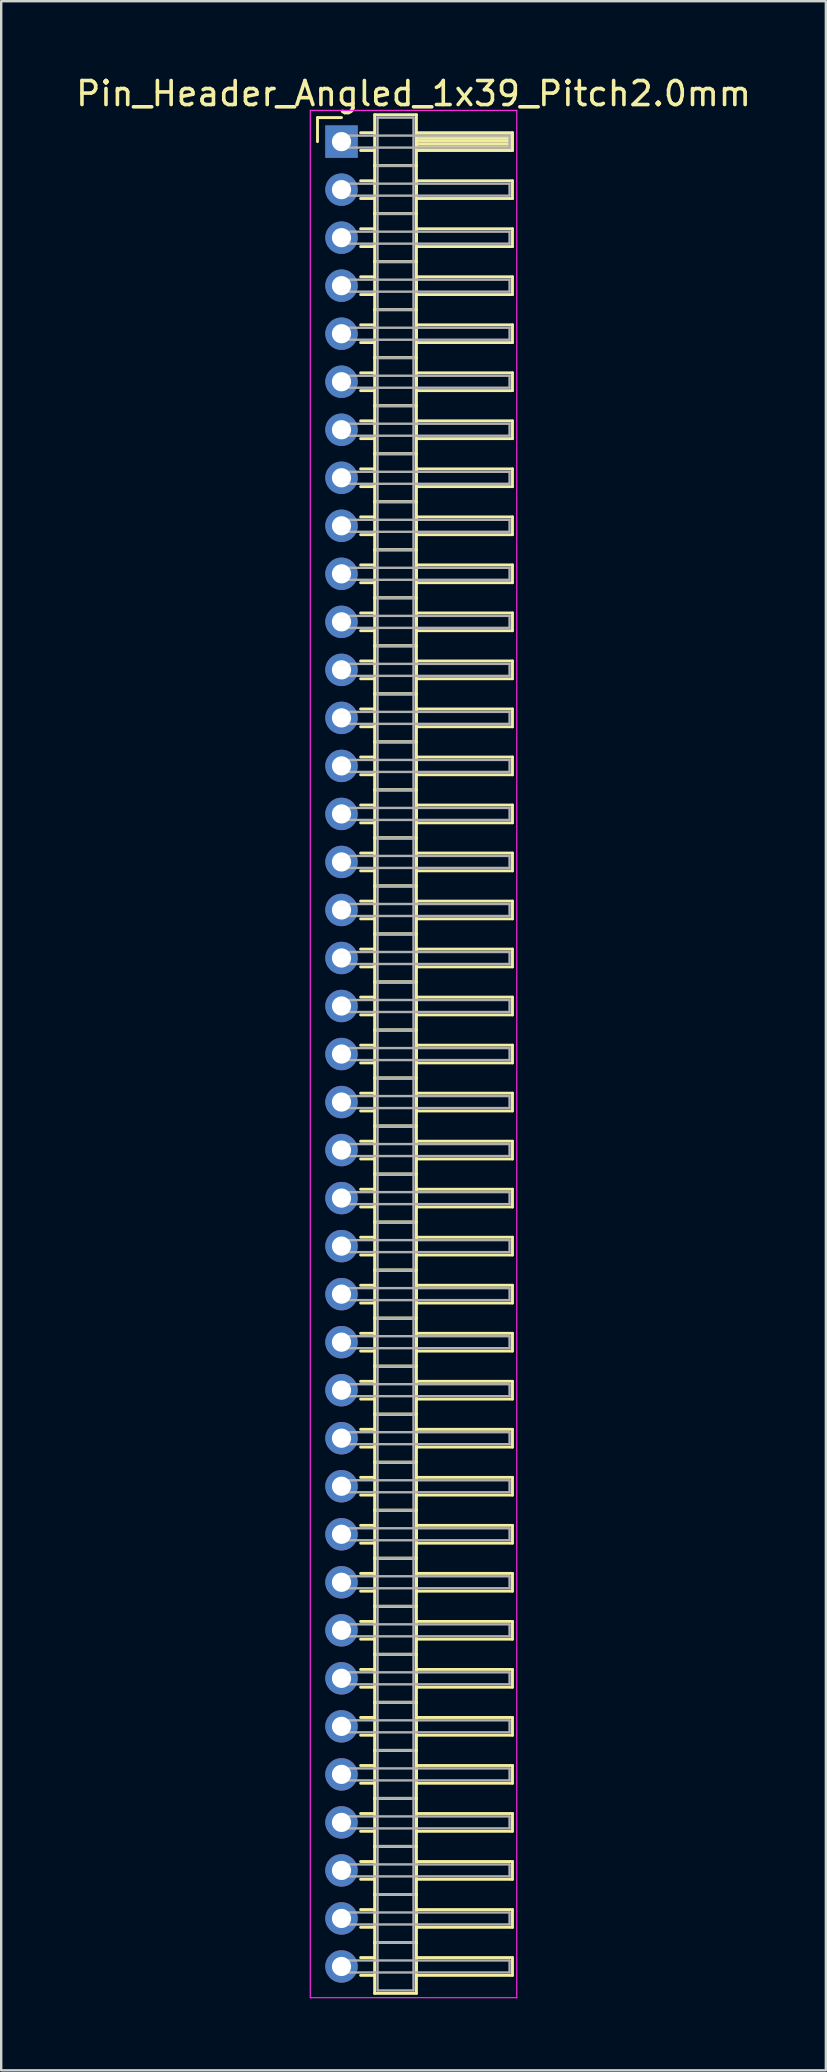
<source format=kicad_pcb>
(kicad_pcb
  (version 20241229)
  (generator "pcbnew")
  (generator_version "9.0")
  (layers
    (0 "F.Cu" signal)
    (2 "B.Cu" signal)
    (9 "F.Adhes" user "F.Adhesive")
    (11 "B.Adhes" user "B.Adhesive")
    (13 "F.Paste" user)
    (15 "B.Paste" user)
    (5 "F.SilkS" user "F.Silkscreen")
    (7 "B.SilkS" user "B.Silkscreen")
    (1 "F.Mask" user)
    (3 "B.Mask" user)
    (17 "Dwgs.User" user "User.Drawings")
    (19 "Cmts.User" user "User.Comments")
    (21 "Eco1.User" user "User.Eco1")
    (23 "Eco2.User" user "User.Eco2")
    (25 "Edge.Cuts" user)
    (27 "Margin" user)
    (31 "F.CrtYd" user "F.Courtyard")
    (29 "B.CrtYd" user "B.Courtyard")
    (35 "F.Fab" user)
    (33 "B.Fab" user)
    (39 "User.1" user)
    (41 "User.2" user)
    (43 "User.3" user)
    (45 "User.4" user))
  (footprint "Pin_Header_Angled_1x39_Pitch2.0mm"
    (layer "F.Cu")
    (at 11.173 2.848)
    (property "Reference" "Pin_Header_Angled_1x39_Pitch2.0mm" (at 3 -2 0) (layer "F.SilkS") (effects (font (size 1 1) (thickness 0.15))))
    (attr through_hole)
    (fp_line (start -1 -1) (end 0 -1) (stroke (width 0.12) (type solid)) (layer "F.SilkS"))
    (fp_line (start -1 0) (end -1 -1) (stroke (width 0.12) (type solid)) (layer "F.SilkS"))
    (fp_line (start 0.795 -0.37) (end 1.38 -0.37) (stroke (width 0.12) (type solid)) (layer "F.SilkS"))
    (fp_line (start 0.795 0.37) (end 1.38 0.37) (stroke (width 0.12) (type solid)) (layer "F.SilkS"))
    (fp_line (start 0.795 1.63) (end 1.38 1.63) (stroke (width 0.12) (type solid)) (layer "F.SilkS"))
    (fp_line (start 0.795 2.37) (end 1.38 2.37) (stroke (width 0.12) (type solid)) (layer "F.SilkS"))
    (fp_line (start 0.795 3.63) (end 1.38 3.63) (stroke (width 0.12) (type solid)) (layer "F.SilkS"))
    (fp_line (start 0.795 4.37) (end 1.38 4.37) (stroke (width 0.12) (type solid)) (layer "F.SilkS"))
    (fp_line (start 0.795 5.63) (end 1.38 5.63) (stroke (width 0.12) (type solid)) (layer "F.SilkS"))
    (fp_line (start 0.795 6.37) (end 1.38 6.37) (stroke (width 0.12) (type solid)) (layer "F.SilkS"))
    (fp_line (start 0.795 7.63) (end 1.38 7.63) (stroke (width 0.12) (type solid)) (layer "F.SilkS"))
    (fp_line (start 0.795 8.37) (end 1.38 8.37) (stroke (width 0.12) (type solid)) (layer "F.SilkS"))
    (fp_line (start 0.795 9.63) (end 1.38 9.63) (stroke (width 0.12) (type solid)) (layer "F.SilkS"))
    (fp_line (start 0.795 10.37) (end 1.38 10.37) (stroke (width 0.12) (type solid)) (layer "F.SilkS"))
    (fp_line (start 0.795 11.63) (end 1.38 11.63) (stroke (width 0.12) (type solid)) (layer "F.SilkS"))
    (fp_line (start 0.795 12.37) (end 1.38 12.37) (stroke (width 0.12) (type solid)) (layer "F.SilkS"))
    (fp_line (start 0.795 13.63) (end 1.38 13.63) (stroke (width 0.12) (type solid)) (layer "F.SilkS"))
    (fp_line (start 0.795 14.37) (end 1.38 14.37) (stroke (width 0.12) (type solid)) (layer "F.SilkS"))
    (fp_line (start 0.795 15.63) (end 1.38 15.63) (stroke (width 0.12) (type solid)) (layer "F.SilkS"))
    (fp_line (start 0.795 16.37) (end 1.38 16.37) (stroke (width 0.12) (type solid)) (layer "F.SilkS"))
    (fp_line (start 0.795 17.63) (end 1.38 17.63) (stroke (width 0.12) (type solid)) (layer "F.SilkS"))
    (fp_line (start 0.795 18.37) (end 1.38 18.37) (stroke (width 0.12) (type solid)) (layer "F.SilkS"))
    (fp_line (start 0.795 19.63) (end 1.38 19.63) (stroke (width 0.12) (type solid)) (layer "F.SilkS"))
    (fp_line (start 0.795 20.37) (end 1.38 20.37) (stroke (width 0.12) (type solid)) (layer "F.SilkS"))
    (fp_line (start 0.795 21.63) (end 1.38 21.63) (stroke (width 0.12) (type solid)) (layer "F.SilkS"))
    (fp_line (start 0.795 22.37) (end 1.38 22.37) (stroke (width 0.12) (type solid)) (layer "F.SilkS"))
    (fp_line (start 0.795 23.63) (end 1.38 23.63) (stroke (width 0.12) (type solid)) (layer "F.SilkS"))
    (fp_line (start 0.795 24.37) (end 1.38 24.37) (stroke (width 0.12) (type solid)) (layer "F.SilkS"))
    (fp_line (start 0.795 25.63) (end 1.38 25.63) (stroke (width 0.12) (type solid)) (layer "F.SilkS"))
    (fp_line (start 0.795 26.37) (end 1.38 26.37) (stroke (width 0.12) (type solid)) (layer "F.SilkS"))
    (fp_line (start 0.795 27.63) (end 1.38 27.63) (stroke (width 0.12) (type solid)) (layer "F.SilkS"))
    (fp_line (start 0.795 28.37) (end 1.38 28.37) (stroke (width 0.12) (type solid)) (layer "F.SilkS"))
    (fp_line (start 0.795 29.63) (end 1.38 29.63) (stroke (width 0.12) (type solid)) (layer "F.SilkS"))
    (fp_line (start 0.795 30.37) (end 1.38 30.37) (stroke (width 0.12) (type solid)) (layer "F.SilkS"))
    (fp_line (start 0.795 31.63) (end 1.38 31.63) (stroke (width 0.12) (type solid)) (layer "F.SilkS"))
    (fp_line (start 0.795 32.37) (end 1.38 32.37) (stroke (width 0.12) (type solid)) (layer "F.SilkS"))
    (fp_line (start 0.795 33.63) (end 1.38 33.63) (stroke (width 0.12) (type solid)) (layer "F.SilkS"))
    (fp_line (start 0.795 34.37) (end 1.38 34.37) (stroke (width 0.12) (type solid)) (layer "F.SilkS"))
    (fp_line (start 0.795 35.63) (end 1.38 35.63) (stroke (width 0.12) (type solid)) (layer "F.SilkS"))
    (fp_line (start 0.795 36.37) (end 1.38 36.37) (stroke (width 0.12) (type solid)) (layer "F.SilkS"))
    (fp_line (start 0.795 37.63) (end 1.38 37.63) (stroke (width 0.12) (type solid)) (layer "F.SilkS"))
    (fp_line (start 0.795 38.37) (end 1.38 38.37) (stroke (width 0.12) (type solid)) (layer "F.SilkS"))
    (fp_line (start 0.795 39.63) (end 1.38 39.63) (stroke (width 0.12) (type solid)) (layer "F.SilkS"))
    (fp_line (start 0.795 40.37) (end 1.38 40.37) (stroke (width 0.12) (type solid)) (layer "F.SilkS"))
    (fp_line (start 0.795 41.63) (end 1.38 41.63) (stroke (width 0.12) (type solid)) (layer "F.SilkS"))
    (fp_line (start 0.795 42.37) (end 1.38 42.37) (stroke (width 0.12) (type solid)) (layer "F.SilkS"))
    (fp_line (start 0.795 43.63) (end 1.38 43.63) (stroke (width 0.12) (type solid)) (layer "F.SilkS"))
    (fp_line (start 0.795 44.37) (end 1.38 44.37) (stroke (width 0.12) (type solid)) (layer "F.SilkS"))
    (fp_line (start 0.795 45.63) (end 1.38 45.63) (stroke (width 0.12) (type solid)) (layer "F.SilkS"))
    (fp_line (start 0.795 46.37) (end 1.38 46.37) (stroke (width 0.12) (type solid)) (layer "F.SilkS"))
    (fp_line (start 0.795 47.63) (end 1.38 47.63) (stroke (width 0.12) (type solid)) (layer "F.SilkS"))
    (fp_line (start 0.795 48.37) (end 1.38 48.37) (stroke (width 0.12) (type solid)) (layer "F.SilkS"))
    (fp_line (start 0.795 49.63) (end 1.38 49.63) (stroke (width 0.12) (type solid)) (layer "F.SilkS"))
    (fp_line (start 0.795 50.37) (end 1.38 50.37) (stroke (width 0.12) (type solid)) (layer "F.SilkS"))
    (fp_line (start 0.795 51.63) (end 1.38 51.63) (stroke (width 0.12) (type solid)) (layer "F.SilkS"))
    (fp_line (start 0.795 52.37) (end 1.38 52.37) (stroke (width 0.12) (type solid)) (layer "F.SilkS"))
    (fp_line (start 0.795 53.63) (end 1.38 53.63) (stroke (width 0.12) (type solid)) (layer "F.SilkS"))
    (fp_line (start 0.795 54.37) (end 1.38 54.37) (stroke (width 0.12) (type solid)) (layer "F.SilkS"))
    (fp_line (start 0.795 55.63) (end 1.38 55.63) (stroke (width 0.12) (type solid)) (layer "F.SilkS"))
    (fp_line (start 0.795 56.37) (end 1.38 56.37) (stroke (width 0.12) (type solid)) (layer "F.SilkS"))
    (fp_line (start 0.795 57.63) (end 1.38 57.63) (stroke (width 0.12) (type solid)) (layer "F.SilkS"))
    (fp_line (start 0.795 58.37) (end 1.38 58.37) (stroke (width 0.12) (type solid)) (layer "F.SilkS"))
    (fp_line (start 0.795 59.63) (end 1.38 59.63) (stroke (width 0.12) (type solid)) (layer "F.SilkS"))
    (fp_line (start 0.795 60.37) (end 1.38 60.37) (stroke (width 0.12) (type solid)) (layer "F.SilkS"))
    (fp_line (start 0.795 61.63) (end 1.38 61.63) (stroke (width 0.12) (type solid)) (layer "F.SilkS"))
    (fp_line (start 0.795 62.37) (end 1.38 62.37) (stroke (width 0.12) (type solid)) (layer "F.SilkS"))
    (fp_line (start 0.795 63.63) (end 1.38 63.63) (stroke (width 0.12) (type solid)) (layer "F.SilkS"))
    (fp_line (start 0.795 64.37) (end 1.38 64.37) (stroke (width 0.12) (type solid)) (layer "F.SilkS"))
    (fp_line (start 0.795 65.63) (end 1.38 65.63) (stroke (width 0.12) (type solid)) (layer "F.SilkS"))
    (fp_line (start 0.795 66.37) (end 1.38 66.37) (stroke (width 0.12) (type solid)) (layer "F.SilkS"))
    (fp_line (start 0.795 67.63) (end 1.38 67.63) (stroke (width 0.12) (type solid)) (layer "F.SilkS"))
    (fp_line (start 0.795 68.37) (end 1.38 68.37) (stroke (width 0.12) (type solid)) (layer "F.SilkS"))
    (fp_line (start 0.795 69.63) (end 1.38 69.63) (stroke (width 0.12) (type solid)) (layer "F.SilkS"))
    (fp_line (start 0.795 70.37) (end 1.38 70.37) (stroke (width 0.12) (type solid)) (layer "F.SilkS"))
    (fp_line (start 0.795 71.63) (end 1.38 71.63) (stroke (width 0.12) (type solid)) (layer "F.SilkS"))
    (fp_line (start 0.795 72.37) (end 1.38 72.37) (stroke (width 0.12) (type solid)) (layer "F.SilkS"))
    (fp_line (start 0.795 73.63) (end 1.38 73.63) (stroke (width 0.12) (type solid)) (layer "F.SilkS"))
    (fp_line (start 0.795 74.37) (end 1.38 74.37) (stroke (width 0.12) (type solid)) (layer "F.SilkS"))
    (fp_line (start 0.795 75.63) (end 1.38 75.63) (stroke (width 0.12) (type solid)) (layer "F.SilkS"))
    (fp_line (start 0.795 76.37) (end 1.38 76.37) (stroke (width 0.12) (type solid)) (layer "F.SilkS"))
    (fp_line (start 1.38 -1.12) (end 1.38 1) (stroke (width 0.12) (type solid)) (layer "F.SilkS"))
    (fp_line (start 1.38 1) (end 1.38 3) (stroke (width 0.12) (type solid)) (layer "F.SilkS"))
    (fp_line (start 1.38 1) (end 3.12 1) (stroke (width 0.12) (type solid)) (layer "F.SilkS"))
    (fp_line (start 1.38 3) (end 1.38 5) (stroke (width 0.12) (type solid)) (layer "F.SilkS"))
    (fp_line (start 1.38 3) (end 3.12 3) (stroke (width 0.12) (type solid)) (layer "F.SilkS"))
    (fp_line (start 1.38 5) (end 1.38 7) (stroke (width 0.12) (type solid)) (layer "F.SilkS"))
    (fp_line (start 1.38 5) (end 3.12 5) (stroke (width 0.12) (type solid)) (layer "F.SilkS"))
    (fp_line (start 1.38 7) (end 1.38 9) (stroke (width 0.12) (type solid)) (layer "F.SilkS"))
    (fp_line (start 1.38 7) (end 3.12 7) (stroke (width 0.12) (type solid)) (layer "F.SilkS"))
    (fp_line (start 1.38 9) (end 1.38 11) (stroke (width 0.12) (type solid)) (layer "F.SilkS"))
    (fp_line (start 1.38 9) (end 3.12 9) (stroke (width 0.12) (type solid)) (layer "F.SilkS"))
    (fp_line (start 1.38 11) (end 1.38 13) (stroke (width 0.12) (type solid)) (layer "F.SilkS"))
    (fp_line (start 1.38 11) (end 3.12 11) (stroke (width 0.12) (type solid)) (layer "F.SilkS"))
    (fp_line (start 1.38 13) (end 1.38 15) (stroke (width 0.12) (type solid)) (layer "F.SilkS"))
    (fp_line (start 1.38 13) (end 3.12 13) (stroke (width 0.12) (type solid)) (layer "F.SilkS"))
    (fp_line (start 1.38 15) (end 1.38 17) (stroke (width 0.12) (type solid)) (layer "F.SilkS"))
    (fp_line (start 1.38 15) (end 3.12 15) (stroke (width 0.12) (type solid)) (layer "F.SilkS"))
    (fp_line (start 1.38 17) (end 1.38 19) (stroke (width 0.12) (type solid)) (layer "F.SilkS"))
    (fp_line (start 1.38 17) (end 3.12 17) (stroke (width 0.12) (type solid)) (layer "F.SilkS"))
    (fp_line (start 1.38 19) (end 1.38 21) (stroke (width 0.12) (type solid)) (layer "F.SilkS"))
    (fp_line (start 1.38 19) (end 3.12 19) (stroke (width 0.12) (type solid)) (layer "F.SilkS"))
    (fp_line (start 1.38 21) (end 1.38 23) (stroke (width 0.12) (type solid)) (layer "F.SilkS"))
    (fp_line (start 1.38 21) (end 3.12 21) (stroke (width 0.12) (type solid)) (layer "F.SilkS"))
    (fp_line (start 1.38 23) (end 1.38 25) (stroke (width 0.12) (type solid)) (layer "F.SilkS"))
    (fp_line (start 1.38 23) (end 3.12 23) (stroke (width 0.12) (type solid)) (layer "F.SilkS"))
    (fp_line (start 1.38 25) (end 1.38 27) (stroke (width 0.12) (type solid)) (layer "F.SilkS"))
    (fp_line (start 1.38 25) (end 3.12 25) (stroke (width 0.12) (type solid)) (layer "F.SilkS"))
    (fp_line (start 1.38 27) (end 1.38 29) (stroke (width 0.12) (type solid)) (layer "F.SilkS"))
    (fp_line (start 1.38 27) (end 3.12 27) (stroke (width 0.12) (type solid)) (layer "F.SilkS"))
    (fp_line (start 1.38 29) (end 1.38 31) (stroke (width 0.12) (type solid)) (layer "F.SilkS"))
    (fp_line (start 1.38 29) (end 3.12 29) (stroke (width 0.12) (type solid)) (layer "F.SilkS"))
    (fp_line (start 1.38 31) (end 1.38 33) (stroke (width 0.12) (type solid)) (layer "F.SilkS"))
    (fp_line (start 1.38 31) (end 3.12 31) (stroke (width 0.12) (type solid)) (layer "F.SilkS"))
    (fp_line (start 1.38 33) (end 1.38 35) (stroke (width 0.12) (type solid)) (layer "F.SilkS"))
    (fp_line (start 1.38 33) (end 3.12 33) (stroke (width 0.12) (type solid)) (layer "F.SilkS"))
    (fp_line (start 1.38 35) (end 1.38 37) (stroke (width 0.12) (type solid)) (layer "F.SilkS"))
    (fp_line (start 1.38 35) (end 3.12 35) (stroke (width 0.12) (type solid)) (layer "F.SilkS"))
    (fp_line (start 1.38 37) (end 1.38 39) (stroke (width 0.12) (type solid)) (layer "F.SilkS"))
    (fp_line (start 1.38 37) (end 3.12 37) (stroke (width 0.12) (type solid)) (layer "F.SilkS"))
    (fp_line (start 1.38 39) (end 1.38 41) (stroke (width 0.12) (type solid)) (layer "F.SilkS"))
    (fp_line (start 1.38 39) (end 3.12 39) (stroke (width 0.12) (type solid)) (layer "F.SilkS"))
    (fp_line (start 1.38 41) (end 1.38 43) (stroke (width 0.12) (type solid)) (layer "F.SilkS"))
    (fp_line (start 1.38 41) (end 3.12 41) (stroke (width 0.12) (type solid)) (layer "F.SilkS"))
    (fp_line (start 1.38 43) (end 1.38 45) (stroke (width 0.12) (type solid)) (layer "F.SilkS"))
    (fp_line (start 1.38 43) (end 3.12 43) (stroke (width 0.12) (type solid)) (layer "F.SilkS"))
    (fp_line (start 1.38 45) (end 1.38 47) (stroke (width 0.12) (type solid)) (layer "F.SilkS"))
    (fp_line (start 1.38 45) (end 3.12 45) (stroke (width 0.12) (type solid)) (layer "F.SilkS"))
    (fp_line (start 1.38 47) (end 1.38 49) (stroke (width 0.12) (type solid)) (layer "F.SilkS"))
    (fp_line (start 1.38 47) (end 3.12 47) (stroke (width 0.12) (type solid)) (layer "F.SilkS"))
    (fp_line (start 1.38 49) (end 1.38 51) (stroke (width 0.12) (type solid)) (layer "F.SilkS"))
    (fp_line (start 1.38 49) (end 3.12 49) (stroke (width 0.12) (type solid)) (layer "F.SilkS"))
    (fp_line (start 1.38 51) (end 1.38 53) (stroke (width 0.12) (type solid)) (layer "F.SilkS"))
    (fp_line (start 1.38 51) (end 3.12 51) (stroke (width 0.12) (type solid)) (layer "F.SilkS"))
    (fp_line (start 1.38 53) (end 1.38 55) (stroke (width 0.12) (type solid)) (layer "F.SilkS"))
    (fp_line (start 1.38 53) (end 3.12 53) (stroke (width 0.12) (type solid)) (layer "F.SilkS"))
    (fp_line (start 1.38 55) (end 1.38 57) (stroke (width 0.12) (type solid)) (layer "F.SilkS"))
    (fp_line (start 1.38 55) (end 3.12 55) (stroke (width 0.12) (type solid)) (layer "F.SilkS"))
    (fp_line (start 1.38 57) (end 1.38 59) (stroke (width 0.12) (type solid)) (layer "F.SilkS"))
    (fp_line (start 1.38 57) (end 3.12 57) (stroke (width 0.12) (type solid)) (layer "F.SilkS"))
    (fp_line (start 1.38 59) (end 1.38 61) (stroke (width 0.12) (type solid)) (layer "F.SilkS"))
    (fp_line (start 1.38 59) (end 3.12 59) (stroke (width 0.12) (type solid)) (layer "F.SilkS"))
    (fp_line (start 1.38 61) (end 1.38 63) (stroke (width 0.12) (type solid)) (layer "F.SilkS"))
    (fp_line (start 1.38 61) (end 3.12 61) (stroke (width 0.12) (type solid)) (layer "F.SilkS"))
    (fp_line (start 1.38 63) (end 1.38 65) (stroke (width 0.12) (type solid)) (layer "F.SilkS"))
    (fp_line (start 1.38 63) (end 3.12 63) (stroke (width 0.12) (type solid)) (layer "F.SilkS"))
    (fp_line (start 1.38 65) (end 1.38 67) (stroke (width 0.12) (type solid)) (layer "F.SilkS"))
    (fp_line (start 1.38 65) (end 3.12 65) (stroke (width 0.12) (type solid)) (layer "F.SilkS"))
    (fp_line (start 1.38 67) (end 1.38 69) (stroke (width 0.12) (type solid)) (layer "F.SilkS"))
    (fp_line (start 1.38 67) (end 3.12 67) (stroke (width 0.12) (type solid)) (layer "F.SilkS"))
    (fp_line (start 1.38 69) (end 1.38 71) (stroke (width 0.12) (type solid)) (layer "F.SilkS"))
    (fp_line (start 1.38 69) (end 3.12 69) (stroke (width 0.12) (type solid)) (layer "F.SilkS"))
    (fp_line (start 1.38 71) (end 1.38 73) (stroke (width 0.12) (type solid)) (layer "F.SilkS"))
    (fp_line (start 1.38 71) (end 3.12 71) (stroke (width 0.12) (type solid)) (layer "F.SilkS"))
    (fp_line (start 1.38 73) (end 1.38 75) (stroke (width 0.12) (type solid)) (layer "F.SilkS"))
    (fp_line (start 1.38 73) (end 3.12 73) (stroke (width 0.12) (type solid)) (layer "F.SilkS"))
    (fp_line (start 1.38 75) (end 1.38 77.12) (stroke (width 0.12) (type solid)) (layer "F.SilkS"))
    (fp_line (start 1.38 75) (end 3.12 75) (stroke (width 0.12) (type solid)) (layer "F.SilkS"))
    (fp_line (start 1.38 77.12) (end 3.12 77.12) (stroke (width 0.12) (type solid)) (layer "F.SilkS"))
    (fp_line (start 3.12 -1.12) (end 1.38 -1.12) (stroke (width 0.12) (type solid)) (layer "F.SilkS"))
    (fp_line (start 3.12 -0.37) (end 3.12 0.37) (stroke (width 0.12) (type solid)) (layer "F.SilkS"))
    (fp_line (start 3.12 -0.25) (end 7.12 -0.25) (stroke (width 0.12) (type solid)) (layer "F.SilkS"))
    (fp_line (start 3.12 -0.13) (end 7.12 -0.13) (stroke (width 0.12) (type solid)) (layer "F.SilkS"))
    (fp_line (start 3.12 -0.01) (end 7.12 -0.01) (stroke (width 0.12) (type solid)) (layer "F.SilkS"))
    (fp_line (start 3.12 0.11) (end 7.12 0.11) (stroke (width 0.12) (type solid)) (layer "F.SilkS"))
    (fp_line (start 3.12 0.23) (end 7.12 0.23) (stroke (width 0.12) (type solid)) (layer "F.SilkS"))
    (fp_line (start 3.12 0.35) (end 7.12 0.35) (stroke (width 0.12) (type solid)) (layer "F.SilkS"))
    (fp_line (start 3.12 0.37) (end 7.12 0.37) (stroke (width 0.12) (type solid)) (layer "F.SilkS"))
    (fp_line (start 3.12 1) (end 1.38 1) (stroke (width 0.12) (type solid)) (layer "F.SilkS"))
    (fp_line (start 3.12 1) (end 3.12 -1.12) (stroke (width 0.12) (type solid)) (layer "F.SilkS"))
    (fp_line (start 3.12 1.63) (end 3.12 2.37) (stroke (width 0.12) (type solid)) (layer "F.SilkS"))
    (fp_line (start 3.12 2.37) (end 7.12 2.37) (stroke (width 0.12) (type solid)) (layer "F.SilkS"))
    (fp_line (start 3.12 3) (end 1.38 3) (stroke (width 0.12) (type solid)) (layer "F.SilkS"))
    (fp_line (start 3.12 3) (end 3.12 1) (stroke (width 0.12) (type solid)) (layer "F.SilkS"))
    (fp_line (start 3.12 3.63) (end 3.12 4.37) (stroke (width 0.12) (type solid)) (layer "F.SilkS"))
    (fp_line (start 3.12 4.37) (end 7.12 4.37) (stroke (width 0.12) (type solid)) (layer "F.SilkS"))
    (fp_line (start 3.12 5) (end 1.38 5) (stroke (width 0.12) (type solid)) (layer "F.SilkS"))
    (fp_line (start 3.12 5) (end 3.12 3) (stroke (width 0.12) (type solid)) (layer "F.SilkS"))
    (fp_line (start 3.12 5.63) (end 3.12 6.37) (stroke (width 0.12) (type solid)) (layer "F.SilkS"))
    (fp_line (start 3.12 6.37) (end 7.12 6.37) (stroke (width 0.12) (type solid)) (layer "F.SilkS"))
    (fp_line (start 3.12 7) (end 1.38 7) (stroke (width 0.12) (type solid)) (layer "F.SilkS"))
    (fp_line (start 3.12 7) (end 3.12 5) (stroke (width 0.12) (type solid)) (layer "F.SilkS"))
    (fp_line (start 3.12 7.63) (end 3.12 8.37) (stroke (width 0.12) (type solid)) (layer "F.SilkS"))
    (fp_line (start 3.12 8.37) (end 7.12 8.37) (stroke (width 0.12) (type solid)) (layer "F.SilkS"))
    (fp_line (start 3.12 9) (end 1.38 9) (stroke (width 0.12) (type solid)) (layer "F.SilkS"))
    (fp_line (start 3.12 9) (end 3.12 7) (stroke (width 0.12) (type solid)) (layer "F.SilkS"))
    (fp_line (start 3.12 9.63) (end 3.12 10.37) (stroke (width 0.12) (type solid)) (layer "F.SilkS"))
    (fp_line (start 3.12 10.37) (end 7.12 10.37) (stroke (width 0.12) (type solid)) (layer "F.SilkS"))
    (fp_line (start 3.12 11) (end 1.38 11) (stroke (width 0.12) (type solid)) (layer "F.SilkS"))
    (fp_line (start 3.12 11) (end 3.12 9) (stroke (width 0.12) (type solid)) (layer "F.SilkS"))
    (fp_line (start 3.12 11.63) (end 3.12 12.37) (stroke (width 0.12) (type solid)) (layer "F.SilkS"))
    (fp_line (start 3.12 12.37) (end 7.12 12.37) (stroke (width 0.12) (type solid)) (layer "F.SilkS"))
    (fp_line (start 3.12 13) (end 1.38 13) (stroke (width 0.12) (type solid)) (layer "F.SilkS"))
    (fp_line (start 3.12 13) (end 3.12 11) (stroke (width 0.12) (type solid)) (layer "F.SilkS"))
    (fp_line (start 3.12 13.63) (end 3.12 14.37) (stroke (width 0.12) (type solid)) (layer "F.SilkS"))
    (fp_line (start 3.12 14.37) (end 7.12 14.37) (stroke (width 0.12) (type solid)) (layer "F.SilkS"))
    (fp_line (start 3.12 15) (end 1.38 15) (stroke (width 0.12) (type solid)) (layer "F.SilkS"))
    (fp_line (start 3.12 15) (end 3.12 13) (stroke (width 0.12) (type solid)) (layer "F.SilkS"))
    (fp_line (start 3.12 15.63) (end 3.12 16.37) (stroke (width 0.12) (type solid)) (layer "F.SilkS"))
    (fp_line (start 3.12 16.37) (end 7.12 16.37) (stroke (width 0.12) (type solid)) (layer "F.SilkS"))
    (fp_line (start 3.12 17) (end 1.38 17) (stroke (width 0.12) (type solid)) (layer "F.SilkS"))
    (fp_line (start 3.12 17) (end 3.12 15) (stroke (width 0.12) (type solid)) (layer "F.SilkS"))
    (fp_line (start 3.12 17.63) (end 3.12 18.37) (stroke (width 0.12) (type solid)) (layer "F.SilkS"))
    (fp_line (start 3.12 18.37) (end 7.12 18.37) (stroke (width 0.12) (type solid)) (layer "F.SilkS"))
    (fp_line (start 3.12 19) (end 1.38 19) (stroke (width 0.12) (type solid)) (layer "F.SilkS"))
    (fp_line (start 3.12 19) (end 3.12 17) (stroke (width 0.12) (type solid)) (layer "F.SilkS"))
    (fp_line (start 3.12 19.63) (end 3.12 20.37) (stroke (width 0.12) (type solid)) (layer "F.SilkS"))
    (fp_line (start 3.12 20.37) (end 7.12 20.37) (stroke (width 0.12) (type solid)) (layer "F.SilkS"))
    (fp_line (start 3.12 21) (end 1.38 21) (stroke (width 0.12) (type solid)) (layer "F.SilkS"))
    (fp_line (start 3.12 21) (end 3.12 19) (stroke (width 0.12) (type solid)) (layer "F.SilkS"))
    (fp_line (start 3.12 21.63) (end 3.12 22.37) (stroke (width 0.12) (type solid)) (layer "F.SilkS"))
    (fp_line (start 3.12 22.37) (end 7.12 22.37) (stroke (width 0.12) (type solid)) (layer "F.SilkS"))
    (fp_line (start 3.12 23) (end 1.38 23) (stroke (width 0.12) (type solid)) (layer "F.SilkS"))
    (fp_line (start 3.12 23) (end 3.12 21) (stroke (width 0.12) (type solid)) (layer "F.SilkS"))
    (fp_line (start 3.12 23.63) (end 3.12 24.37) (stroke (width 0.12) (type solid)) (layer "F.SilkS"))
    (fp_line (start 3.12 24.37) (end 7.12 24.37) (stroke (width 0.12) (type solid)) (layer "F.SilkS"))
    (fp_line (start 3.12 25) (end 1.38 25) (stroke (width 0.12) (type solid)) (layer "F.SilkS"))
    (fp_line (start 3.12 25) (end 3.12 23) (stroke (width 0.12) (type solid)) (layer "F.SilkS"))
    (fp_line (start 3.12 25.63) (end 3.12 26.37) (stroke (width 0.12) (type solid)) (layer "F.SilkS"))
    (fp_line (start 3.12 26.37) (end 7.12 26.37) (stroke (width 0.12) (type solid)) (layer "F.SilkS"))
    (fp_line (start 3.12 27) (end 1.38 27) (stroke (width 0.12) (type solid)) (layer "F.SilkS"))
    (fp_line (start 3.12 27) (end 3.12 25) (stroke (width 0.12) (type solid)) (layer "F.SilkS"))
    (fp_line (start 3.12 27.63) (end 3.12 28.37) (stroke (width 0.12) (type solid)) (layer "F.SilkS"))
    (fp_line (start 3.12 28.37) (end 7.12 28.37) (stroke (width 0.12) (type solid)) (layer "F.SilkS"))
    (fp_line (start 3.12 29) (end 1.38 29) (stroke (width 0.12) (type solid)) (layer "F.SilkS"))
    (fp_line (start 3.12 29) (end 3.12 27) (stroke (width 0.12) (type solid)) (layer "F.SilkS"))
    (fp_line (start 3.12 29.63) (end 3.12 30.37) (stroke (width 0.12) (type solid)) (layer "F.SilkS"))
    (fp_line (start 3.12 30.37) (end 7.12 30.37) (stroke (width 0.12) (type solid)) (layer "F.SilkS"))
    (fp_line (start 3.12 31) (end 1.38 31) (stroke (width 0.12) (type solid)) (layer "F.SilkS"))
    (fp_line (start 3.12 31) (end 3.12 29) (stroke (width 0.12) (type solid)) (layer "F.SilkS"))
    (fp_line (start 3.12 31.63) (end 3.12 32.37) (stroke (width 0.12) (type solid)) (layer "F.SilkS"))
    (fp_line (start 3.12 32.37) (end 7.12 32.37) (stroke (width 0.12) (type solid)) (layer "F.SilkS"))
    (fp_line (start 3.12 33) (end 1.38 33) (stroke (width 0.12) (type solid)) (layer "F.SilkS"))
    (fp_line (start 3.12 33) (end 3.12 31) (stroke (width 0.12) (type solid)) (layer "F.SilkS"))
    (fp_line (start 3.12 33.63) (end 3.12 34.37) (stroke (width 0.12) (type solid)) (layer "F.SilkS"))
    (fp_line (start 3.12 34.37) (end 7.12 34.37) (stroke (width 0.12) (type solid)) (layer "F.SilkS"))
    (fp_line (start 3.12 35) (end 1.38 35) (stroke (width 0.12) (type solid)) (layer "F.SilkS"))
    (fp_line (start 3.12 35) (end 3.12 33) (stroke (width 0.12) (type solid)) (layer "F.SilkS"))
    (fp_line (start 3.12 35.63) (end 3.12 36.37) (stroke (width 0.12) (type solid)) (layer "F.SilkS"))
    (fp_line (start 3.12 36.37) (end 7.12 36.37) (stroke (width 0.12) (type solid)) (layer "F.SilkS"))
    (fp_line (start 3.12 37) (end 1.38 37) (stroke (width 0.12) (type solid)) (layer "F.SilkS"))
    (fp_line (start 3.12 37) (end 3.12 35) (stroke (width 0.12) (type solid)) (layer "F.SilkS"))
    (fp_line (start 3.12 37.63) (end 3.12 38.37) (stroke (width 0.12) (type solid)) (layer "F.SilkS"))
    (fp_line (start 3.12 38.37) (end 7.12 38.37) (stroke (width 0.12) (type solid)) (layer "F.SilkS"))
    (fp_line (start 3.12 39) (end 1.38 39) (stroke (width 0.12) (type solid)) (layer "F.SilkS"))
    (fp_line (start 3.12 39) (end 3.12 37) (stroke (width 0.12) (type solid)) (layer "F.SilkS"))
    (fp_line (start 3.12 39.63) (end 3.12 40.37) (stroke (width 0.12) (type solid)) (layer "F.SilkS"))
    (fp_line (start 3.12 40.37) (end 7.12 40.37) (stroke (width 0.12) (type solid)) (layer "F.SilkS"))
    (fp_line (start 3.12 41) (end 1.38 41) (stroke (width 0.12) (type solid)) (layer "F.SilkS"))
    (fp_line (start 3.12 41) (end 3.12 39) (stroke (width 0.12) (type solid)) (layer "F.SilkS"))
    (fp_line (start 3.12 41.63) (end 3.12 42.37) (stroke (width 0.12) (type solid)) (layer "F.SilkS"))
    (fp_line (start 3.12 42.37) (end 7.12 42.37) (stroke (width 0.12) (type solid)) (layer "F.SilkS"))
    (fp_line (start 3.12 43) (end 1.38 43) (stroke (width 0.12) (type solid)) (layer "F.SilkS"))
    (fp_line (start 3.12 43) (end 3.12 41) (stroke (width 0.12) (type solid)) (layer "F.SilkS"))
    (fp_line (start 3.12 43.63) (end 3.12 44.37) (stroke (width 0.12) (type solid)) (layer "F.SilkS"))
    (fp_line (start 3.12 44.37) (end 7.12 44.37) (stroke (width 0.12) (type solid)) (layer "F.SilkS"))
    (fp_line (start 3.12 45) (end 1.38 45) (stroke (width 0.12) (type solid)) (layer "F.SilkS"))
    (fp_line (start 3.12 45) (end 3.12 43) (stroke (width 0.12) (type solid)) (layer "F.SilkS"))
    (fp_line (start 3.12 45.63) (end 3.12 46.37) (stroke (width 0.12) (type solid)) (layer "F.SilkS"))
    (fp_line (start 3.12 46.37) (end 7.12 46.37) (stroke (width 0.12) (type solid)) (layer "F.SilkS"))
    (fp_line (start 3.12 47) (end 1.38 47) (stroke (width 0.12) (type solid)) (layer "F.SilkS"))
    (fp_line (start 3.12 47) (end 3.12 45) (stroke (width 0.12) (type solid)) (layer "F.SilkS"))
    (fp_line (start 3.12 47.63) (end 3.12 48.37) (stroke (width 0.12) (type solid)) (layer "F.SilkS"))
    (fp_line (start 3.12 48.37) (end 7.12 48.37) (stroke (width 0.12) (type solid)) (layer "F.SilkS"))
    (fp_line (start 3.12 49) (end 1.38 49) (stroke (width 0.12) (type solid)) (layer "F.SilkS"))
    (fp_line (start 3.12 49) (end 3.12 47) (stroke (width 0.12) (type solid)) (layer "F.SilkS"))
    (fp_line (start 3.12 49.63) (end 3.12 50.37) (stroke (width 0.12) (type solid)) (layer "F.SilkS"))
    (fp_line (start 3.12 50.37) (end 7.12 50.37) (stroke (width 0.12) (type solid)) (layer "F.SilkS"))
    (fp_line (start 3.12 51) (end 1.38 51) (stroke (width 0.12) (type solid)) (layer "F.SilkS"))
    (fp_line (start 3.12 51) (end 3.12 49) (stroke (width 0.12) (type solid)) (layer "F.SilkS"))
    (fp_line (start 3.12 51.63) (end 3.12 52.37) (stroke (width 0.12) (type solid)) (layer "F.SilkS"))
    (fp_line (start 3.12 52.37) (end 7.12 52.37) (stroke (width 0.12) (type solid)) (layer "F.SilkS"))
    (fp_line (start 3.12 53) (end 1.38 53) (stroke (width 0.12) (type solid)) (layer "F.SilkS"))
    (fp_line (start 3.12 53) (end 3.12 51) (stroke (width 0.12) (type solid)) (layer "F.SilkS"))
    (fp_line (start 3.12 53.63) (end 3.12 54.37) (stroke (width 0.12) (type solid)) (layer "F.SilkS"))
    (fp_line (start 3.12 54.37) (end 7.12 54.37) (stroke (width 0.12) (type solid)) (layer "F.SilkS"))
    (fp_line (start 3.12 55) (end 1.38 55) (stroke (width 0.12) (type solid)) (layer "F.SilkS"))
    (fp_line (start 3.12 55) (end 3.12 53) (stroke (width 0.12) (type solid)) (layer "F.SilkS"))
    (fp_line (start 3.12 55.63) (end 3.12 56.37) (stroke (width 0.12) (type solid)) (layer "F.SilkS"))
    (fp_line (start 3.12 56.37) (end 7.12 56.37) (stroke (width 0.12) (type solid)) (layer "F.SilkS"))
    (fp_line (start 3.12 57) (end 1.38 57) (stroke (width 0.12) (type solid)) (layer "F.SilkS"))
    (fp_line (start 3.12 57) (end 3.12 55) (stroke (width 0.12) (type solid)) (layer "F.SilkS"))
    (fp_line (start 3.12 57.63) (end 3.12 58.37) (stroke (width 0.12) (type solid)) (layer "F.SilkS"))
    (fp_line (start 3.12 58.37) (end 7.12 58.37) (stroke (width 0.12) (type solid)) (layer "F.SilkS"))
    (fp_line (start 3.12 59) (end 1.38 59) (stroke (width 0.12) (type solid)) (layer "F.SilkS"))
    (fp_line (start 3.12 59) (end 3.12 57) (stroke (width 0.12) (type solid)) (layer "F.SilkS"))
    (fp_line (start 3.12 59.63) (end 3.12 60.37) (stroke (width 0.12) (type solid)) (layer "F.SilkS"))
    (fp_line (start 3.12 60.37) (end 7.12 60.37) (stroke (width 0.12) (type solid)) (layer "F.SilkS"))
    (fp_line (start 3.12 61) (end 1.38 61) (stroke (width 0.12) (type solid)) (layer "F.SilkS"))
    (fp_line (start 3.12 61) (end 3.12 59) (stroke (width 0.12) (type solid)) (layer "F.SilkS"))
    (fp_line (start 3.12 61.63) (end 3.12 62.37) (stroke (width 0.12) (type solid)) (layer "F.SilkS"))
    (fp_line (start 3.12 62.37) (end 7.12 62.37) (stroke (width 0.12) (type solid)) (layer "F.SilkS"))
    (fp_line (start 3.12 63) (end 1.38 63) (stroke (width 0.12) (type solid)) (layer "F.SilkS"))
    (fp_line (start 3.12 63) (end 3.12 61) (stroke (width 0.12) (type solid)) (layer "F.SilkS"))
    (fp_line (start 3.12 63.63) (end 3.12 64.37) (stroke (width 0.12) (type solid)) (layer "F.SilkS"))
    (fp_line (start 3.12 64.37) (end 7.12 64.37) (stroke (width 0.12) (type solid)) (layer "F.SilkS"))
    (fp_line (start 3.12 65) (end 1.38 65) (stroke (width 0.12) (type solid)) (layer "F.SilkS"))
    (fp_line (start 3.12 65) (end 3.12 63) (stroke (width 0.12) (type solid)) (layer "F.SilkS"))
    (fp_line (start 3.12 65.63) (end 3.12 66.37) (stroke (width 0.12) (type solid)) (layer "F.SilkS"))
    (fp_line (start 3.12 66.37) (end 7.12 66.37) (stroke (width 0.12) (type solid)) (layer "F.SilkS"))
    (fp_line (start 3.12 67) (end 1.38 67) (stroke (width 0.12) (type solid)) (layer "F.SilkS"))
    (fp_line (start 3.12 67) (end 3.12 65) (stroke (width 0.12) (type solid)) (layer "F.SilkS"))
    (fp_line (start 3.12 67.63) (end 3.12 68.37) (stroke (width 0.12) (type solid)) (layer "F.SilkS"))
    (fp_line (start 3.12 68.37) (end 7.12 68.37) (stroke (width 0.12) (type solid)) (layer "F.SilkS"))
    (fp_line (start 3.12 69) (end 1.38 69) (stroke (width 0.12) (type solid)) (layer "F.SilkS"))
    (fp_line (start 3.12 69) (end 3.12 67) (stroke (width 0.12) (type solid)) (layer "F.SilkS"))
    (fp_line (start 3.12 69.63) (end 3.12 70.37) (stroke (width 0.12) (type solid)) (layer "F.SilkS"))
    (fp_line (start 3.12 70.37) (end 7.12 70.37) (stroke (width 0.12) (type solid)) (layer "F.SilkS"))
    (fp_line (start 3.12 71) (end 1.38 71) (stroke (width 0.12) (type solid)) (layer "F.SilkS"))
    (fp_line (start 3.12 71) (end 3.12 69) (stroke (width 0.12) (type solid)) (layer "F.SilkS"))
    (fp_line (start 3.12 71.63) (end 3.12 72.37) (stroke (width 0.12) (type solid)) (layer "F.SilkS"))
    (fp_line (start 3.12 72.37) (end 7.12 72.37) (stroke (width 0.12) (type solid)) (layer "F.SilkS"))
    (fp_line (start 3.12 73) (end 1.38 73) (stroke (width 0.12) (type solid)) (layer "F.SilkS"))
    (fp_line (start 3.12 73) (end 3.12 71) (stroke (width 0.12) (type solid)) (layer "F.SilkS"))
    (fp_line (start 3.12 73.63) (end 3.12 74.37) (stroke (width 0.12) (type solid)) (layer "F.SilkS"))
    (fp_line (start 3.12 74.37) (end 7.12 74.37) (stroke (width 0.12) (type solid)) (layer "F.SilkS"))
    (fp_line (start 3.12 75) (end 1.38 75) (stroke (width 0.12) (type solid)) (layer "F.SilkS"))
    (fp_line (start 3.12 75) (end 3.12 73) (stroke (width 0.12) (type solid)) (layer "F.SilkS"))
    (fp_line (start 3.12 75.63) (end 3.12 76.37) (stroke (width 0.12) (type solid)) (layer "F.SilkS"))
    (fp_line (start 3.12 76.37) (end 7.12 76.37) (stroke (width 0.12) (type solid)) (layer "F.SilkS"))
    (fp_line (start 3.12 77.12) (end 3.12 75) (stroke (width 0.12) (type solid)) (layer "F.SilkS"))
    (fp_line (start 7.12 -0.37) (end 3.12 -0.37) (stroke (width 0.12) (type solid)) (layer "F.SilkS"))
    (fp_line (start 7.12 0.37) (end 7.12 -0.37) (stroke (width 0.12) (type solid)) (layer "F.SilkS"))
    (fp_line (start 7.12 1.63) (end 3.12 1.63) (stroke (width 0.12) (type solid)) (layer "F.SilkS"))
    (fp_line (start 7.12 2.37) (end 7.12 1.63) (stroke (width 0.12) (type solid)) (layer "F.SilkS"))
    (fp_line (start 7.12 3.63) (end 3.12 3.63) (stroke (width 0.12) (type solid)) (layer "F.SilkS"))
    (fp_line (start 7.12 4.37) (end 7.12 3.63) (stroke (width 0.12) (type solid)) (layer "F.SilkS"))
    (fp_line (start 7.12 5.63) (end 3.12 5.63) (stroke (width 0.12) (type solid)) (layer "F.SilkS"))
    (fp_line (start 7.12 6.37) (end 7.12 5.63) (stroke (width 0.12) (type solid)) (layer "F.SilkS"))
    (fp_line (start 7.12 7.63) (end 3.12 7.63) (stroke (width 0.12) (type solid)) (layer "F.SilkS"))
    (fp_line (start 7.12 8.37) (end 7.12 7.63) (stroke (width 0.12) (type solid)) (layer "F.SilkS"))
    (fp_line (start 7.12 9.63) (end 3.12 9.63) (stroke (width 0.12) (type solid)) (layer "F.SilkS"))
    (fp_line (start 7.12 10.37) (end 7.12 9.63) (stroke (width 0.12) (type solid)) (layer "F.SilkS"))
    (fp_line (start 7.12 11.63) (end 3.12 11.63) (stroke (width 0.12) (type solid)) (layer "F.SilkS"))
    (fp_line (start 7.12 12.37) (end 7.12 11.63) (stroke (width 0.12) (type solid)) (layer "F.SilkS"))
    (fp_line (start 7.12 13.63) (end 3.12 13.63) (stroke (width 0.12) (type solid)) (layer "F.SilkS"))
    (fp_line (start 7.12 14.37) (end 7.12 13.63) (stroke (width 0.12) (type solid)) (layer "F.SilkS"))
    (fp_line (start 7.12 15.63) (end 3.12 15.63) (stroke (width 0.12) (type solid)) (layer "F.SilkS"))
    (fp_line (start 7.12 16.37) (end 7.12 15.63) (stroke (width 0.12) (type solid)) (layer "F.SilkS"))
    (fp_line (start 7.12 17.63) (end 3.12 17.63) (stroke (width 0.12) (type solid)) (layer "F.SilkS"))
    (fp_line (start 7.12 18.37) (end 7.12 17.63) (stroke (width 0.12) (type solid)) (layer "F.SilkS"))
    (fp_line (start 7.12 19.63) (end 3.12 19.63) (stroke (width 0.12) (type solid)) (layer "F.SilkS"))
    (fp_line (start 7.12 20.37) (end 7.12 19.63) (stroke (width 0.12) (type solid)) (layer "F.SilkS"))
    (fp_line (start 7.12 21.63) (end 3.12 21.63) (stroke (width 0.12) (type solid)) (layer "F.SilkS"))
    (fp_line (start 7.12 22.37) (end 7.12 21.63) (stroke (width 0.12) (type solid)) (layer "F.SilkS"))
    (fp_line (start 7.12 23.63) (end 3.12 23.63) (stroke (width 0.12) (type solid)) (layer "F.SilkS"))
    (fp_line (start 7.12 24.37) (end 7.12 23.63) (stroke (width 0.12) (type solid)) (layer "F.SilkS"))
    (fp_line (start 7.12 25.63) (end 3.12 25.63) (stroke (width 0.12) (type solid)) (layer "F.SilkS"))
    (fp_line (start 7.12 26.37) (end 7.12 25.63) (stroke (width 0.12) (type solid)) (layer "F.SilkS"))
    (fp_line (start 7.12 27.63) (end 3.12 27.63) (stroke (width 0.12) (type solid)) (layer "F.SilkS"))
    (fp_line (start 7.12 28.37) (end 7.12 27.63) (stroke (width 0.12) (type solid)) (layer "F.SilkS"))
    (fp_line (start 7.12 29.63) (end 3.12 29.63) (stroke (width 0.12) (type solid)) (layer "F.SilkS"))
    (fp_line (start 7.12 30.37) (end 7.12 29.63) (stroke (width 0.12) (type solid)) (layer "F.SilkS"))
    (fp_line (start 7.12 31.63) (end 3.12 31.63) (stroke (width 0.12) (type solid)) (layer "F.SilkS"))
    (fp_line (start 7.12 32.37) (end 7.12 31.63) (stroke (width 0.12) (type solid)) (layer "F.SilkS"))
    (fp_line (start 7.12 33.63) (end 3.12 33.63) (stroke (width 0.12) (type solid)) (layer "F.SilkS"))
    (fp_line (start 7.12 34.37) (end 7.12 33.63) (stroke (width 0.12) (type solid)) (layer "F.SilkS"))
    (fp_line (start 7.12 35.63) (end 3.12 35.63) (stroke (width 0.12) (type solid)) (layer "F.SilkS"))
    (fp_line (start 7.12 36.37) (end 7.12 35.63) (stroke (width 0.12) (type solid)) (layer "F.SilkS"))
    (fp_line (start 7.12 37.63) (end 3.12 37.63) (stroke (width 0.12) (type solid)) (layer "F.SilkS"))
    (fp_line (start 7.12 38.37) (end 7.12 37.63) (stroke (width 0.12) (type solid)) (layer "F.SilkS"))
    (fp_line (start 7.12 39.63) (end 3.12 39.63) (stroke (width 0.12) (type solid)) (layer "F.SilkS"))
    (fp_line (start 7.12 40.37) (end 7.12 39.63) (stroke (width 0.12) (type solid)) (layer "F.SilkS"))
    (fp_line (start 7.12 41.63) (end 3.12 41.63) (stroke (width 0.12) (type solid)) (layer "F.SilkS"))
    (fp_line (start 7.12 42.37) (end 7.12 41.63) (stroke (width 0.12) (type solid)) (layer "F.SilkS"))
    (fp_line (start 7.12 43.63) (end 3.12 43.63) (stroke (width 0.12) (type solid)) (layer "F.SilkS"))
    (fp_line (start 7.12 44.37) (end 7.12 43.63) (stroke (width 0.12) (type solid)) (layer "F.SilkS"))
    (fp_line (start 7.12 45.63) (end 3.12 45.63) (stroke (width 0.12) (type solid)) (layer "F.SilkS"))
    (fp_line (start 7.12 46.37) (end 7.12 45.63) (stroke (width 0.12) (type solid)) (layer "F.SilkS"))
    (fp_line (start 7.12 47.63) (end 3.12 47.63) (stroke (width 0.12) (type solid)) (layer "F.SilkS"))
    (fp_line (start 7.12 48.37) (end 7.12 47.63) (stroke (width 0.12) (type solid)) (layer "F.SilkS"))
    (fp_line (start 7.12 49.63) (end 3.12 49.63) (stroke (width 0.12) (type solid)) (layer "F.SilkS"))
    (fp_line (start 7.12 50.37) (end 7.12 49.63) (stroke (width 0.12) (type solid)) (layer "F.SilkS"))
    (fp_line (start 7.12 51.63) (end 3.12 51.63) (stroke (width 0.12) (type solid)) (layer "F.SilkS"))
    (fp_line (start 7.12 52.37) (end 7.12 51.63) (stroke (width 0.12) (type solid)) (layer "F.SilkS"))
    (fp_line (start 7.12 53.63) (end 3.12 53.63) (stroke (width 0.12) (type solid)) (layer "F.SilkS"))
    (fp_line (start 7.12 54.37) (end 7.12 53.63) (stroke (width 0.12) (type solid)) (layer "F.SilkS"))
    (fp_line (start 7.12 55.63) (end 3.12 55.63) (stroke (width 0.12) (type solid)) (layer "F.SilkS"))
    (fp_line (start 7.12 56.37) (end 7.12 55.63) (stroke (width 0.12) (type solid)) (layer "F.SilkS"))
    (fp_line (start 7.12 57.63) (end 3.12 57.63) (stroke (width 0.12) (type solid)) (layer "F.SilkS"))
    (fp_line (start 7.12 58.37) (end 7.12 57.63) (stroke (width 0.12) (type solid)) (layer "F.SilkS"))
    (fp_line (start 7.12 59.63) (end 3.12 59.63) (stroke (width 0.12) (type solid)) (layer "F.SilkS"))
    (fp_line (start 7.12 60.37) (end 7.12 59.63) (stroke (width 0.12) (type solid)) (layer "F.SilkS"))
    (fp_line (start 7.12 61.63) (end 3.12 61.63) (stroke (width 0.12) (type solid)) (layer "F.SilkS"))
    (fp_line (start 7.12 62.37) (end 7.12 61.63) (stroke (width 0.12) (type solid)) (layer "F.SilkS"))
    (fp_line (start 7.12 63.63) (end 3.12 63.63) (stroke (width 0.12) (type solid)) (layer "F.SilkS"))
    (fp_line (start 7.12 64.37) (end 7.12 63.63) (stroke (width 0.12) (type solid)) (layer "F.SilkS"))
    (fp_line (start 7.12 65.63) (end 3.12 65.63) (stroke (width 0.12) (type solid)) (layer "F.SilkS"))
    (fp_line (start 7.12 66.37) (end 7.12 65.63) (stroke (width 0.12) (type solid)) (layer "F.SilkS"))
    (fp_line (start 7.12 67.63) (end 3.12 67.63) (stroke (width 0.12) (type solid)) (layer "F.SilkS"))
    (fp_line (start 7.12 68.37) (end 7.12 67.63) (stroke (width 0.12) (type solid)) (layer "F.SilkS"))
    (fp_line (start 7.12 69.63) (end 3.12 69.63) (stroke (width 0.12) (type solid)) (layer "F.SilkS"))
    (fp_line (start 7.12 70.37) (end 7.12 69.63) (stroke (width 0.12) (type solid)) (layer "F.SilkS"))
    (fp_line (start 7.12 71.63) (end 3.12 71.63) (stroke (width 0.12) (type solid)) (layer "F.SilkS"))
    (fp_line (start 7.12 72.37) (end 7.12 71.63) (stroke (width 0.12) (type solid)) (layer "F.SilkS"))
    (fp_line (start 7.12 73.63) (end 3.12 73.63) (stroke (width 0.12) (type solid)) (layer "F.SilkS"))
    (fp_line (start 7.12 74.37) (end 7.12 73.63) (stroke (width 0.12) (type solid)) (layer "F.SilkS"))
    (fp_line (start 7.12 75.63) (end 3.12 75.63) (stroke (width 0.12) (type solid)) (layer "F.SilkS"))
    (fp_line (start 7.12 76.37) (end 7.12 75.63) (stroke (width 0.12) (type solid)) (layer "F.SilkS"))
    (fp_line (start -1.3 -1.3) (end -1.3 77.3) (stroke (width 0.05) (type solid)) (layer "F.CrtYd"))
    (fp_line (start -1.3 77.3) (end 7.3 77.3) (stroke (width 0.05) (type solid)) (layer "F.CrtYd"))
    (fp_line (start 7.3 -1.3) (end -1.3 -1.3) (stroke (width 0.05) (type solid)) (layer "F.CrtYd"))
    (fp_line (start 7.3 77.3) (end 7.3 -1.3) (stroke (width 0.05) (type solid)) (layer "F.CrtYd"))
    (fp_line (start 0 -0.25) (end 0 0.25) (stroke (width 0.1) (type solid)) (layer "F.Fab"))
    (fp_line (start 0 0.25) (end 7 0.25) (stroke (width 0.1) (type solid)) (layer "F.Fab"))
    (fp_line (start 0 1.75) (end 0 2.25) (stroke (width 0.1) (type solid)) (layer "F.Fab"))
    (fp_line (start 0 2.25) (end 7 2.25) (stroke (width 0.1) (type solid)) (layer "F.Fab"))
    (fp_line (start 0 3.75) (end 0 4.25) (stroke (width 0.1) (type solid)) (layer "F.Fab"))
    (fp_line (start 0 4.25) (end 7 4.25) (stroke (width 0.1) (type solid)) (layer "F.Fab"))
    (fp_line (start 0 5.75) (end 0 6.25) (stroke (width 0.1) (type solid)) (layer "F.Fab"))
    (fp_line (start 0 6.25) (end 7 6.25) (stroke (width 0.1) (type solid)) (layer "F.Fab"))
    (fp_line (start 0 7.75) (end 0 8.25) (stroke (width 0.1) (type solid)) (layer "F.Fab"))
    (fp_line (start 0 8.25) (end 7 8.25) (stroke (width 0.1) (type solid)) (layer "F.Fab"))
    (fp_line (start 0 9.75) (end 0 10.25) (stroke (width 0.1) (type solid)) (layer "F.Fab"))
    (fp_line (start 0 10.25) (end 7 10.25) (stroke (width 0.1) (type solid)) (layer "F.Fab"))
    (fp_line (start 0 11.75) (end 0 12.25) (stroke (width 0.1) (type solid)) (layer "F.Fab"))
    (fp_line (start 0 12.25) (end 7 12.25) (stroke (width 0.1) (type solid)) (layer "F.Fab"))
    (fp_line (start 0 13.75) (end 0 14.25) (stroke (width 0.1) (type solid)) (layer "F.Fab"))
    (fp_line (start 0 14.25) (end 7 14.25) (stroke (width 0.1) (type solid)) (layer "F.Fab"))
    (fp_line (start 0 15.75) (end 0 16.25) (stroke (width 0.1) (type solid)) (layer "F.Fab"))
    (fp_line (start 0 16.25) (end 7 16.25) (stroke (width 0.1) (type solid)) (layer "F.Fab"))
    (fp_line (start 0 17.75) (end 0 18.25) (stroke (width 0.1) (type solid)) (layer "F.Fab"))
    (fp_line (start 0 18.25) (end 7 18.25) (stroke (width 0.1) (type solid)) (layer "F.Fab"))
    (fp_line (start 0 19.75) (end 0 20.25) (stroke (width 0.1) (type solid)) (layer "F.Fab"))
    (fp_line (start 0 20.25) (end 7 20.25) (stroke (width 0.1) (type solid)) (layer "F.Fab"))
    (fp_line (start 0 21.75) (end 0 22.25) (stroke (width 0.1) (type solid)) (layer "F.Fab"))
    (fp_line (start 0 22.25) (end 7 22.25) (stroke (width 0.1) (type solid)) (layer "F.Fab"))
    (fp_line (start 0 23.75) (end 0 24.25) (stroke (width 0.1) (type solid)) (layer "F.Fab"))
    (fp_line (start 0 24.25) (end 7 24.25) (stroke (width 0.1) (type solid)) (layer "F.Fab"))
    (fp_line (start 0 25.75) (end 0 26.25) (stroke (width 0.1) (type solid)) (layer "F.Fab"))
    (fp_line (start 0 26.25) (end 7 26.25) (stroke (width 0.1) (type solid)) (layer "F.Fab"))
    (fp_line (start 0 27.75) (end 0 28.25) (stroke (width 0.1) (type solid)) (layer "F.Fab"))
    (fp_line (start 0 28.25) (end 7 28.25) (stroke (width 0.1) (type solid)) (layer "F.Fab"))
    (fp_line (start 0 29.75) (end 0 30.25) (stroke (width 0.1) (type solid)) (layer "F.Fab"))
    (fp_line (start 0 30.25) (end 7 30.25) (stroke (width 0.1) (type solid)) (layer "F.Fab"))
    (fp_line (start 0 31.75) (end 0 32.25) (stroke (width 0.1) (type solid)) (layer "F.Fab"))
    (fp_line (start 0 32.25) (end 7 32.25) (stroke (width 0.1) (type solid)) (layer "F.Fab"))
    (fp_line (start 0 33.75) (end 0 34.25) (stroke (width 0.1) (type solid)) (layer "F.Fab"))
    (fp_line (start 0 34.25) (end 7 34.25) (stroke (width 0.1) (type solid)) (layer "F.Fab"))
    (fp_line (start 0 35.75) (end 0 36.25) (stroke (width 0.1) (type solid)) (layer "F.Fab"))
    (fp_line (start 0 36.25) (end 7 36.25) (stroke (width 0.1) (type solid)) (layer "F.Fab"))
    (fp_line (start 0 37.75) (end 0 38.25) (stroke (width 0.1) (type solid)) (layer "F.Fab"))
    (fp_line (start 0 38.25) (end 7 38.25) (stroke (width 0.1) (type solid)) (layer "F.Fab"))
    (fp_line (start 0 39.75) (end 0 40.25) (stroke (width 0.1) (type solid)) (layer "F.Fab"))
    (fp_line (start 0 40.25) (end 7 40.25) (stroke (width 0.1) (type solid)) (layer "F.Fab"))
    (fp_line (start 0 41.75) (end 0 42.25) (stroke (width 0.1) (type solid)) (layer "F.Fab"))
    (fp_line (start 0 42.25) (end 7 42.25) (stroke (width 0.1) (type solid)) (layer "F.Fab"))
    (fp_line (start 0 43.75) (end 0 44.25) (stroke (width 0.1) (type solid)) (layer "F.Fab"))
    (fp_line (start 0 44.25) (end 7 44.25) (stroke (width 0.1) (type solid)) (layer "F.Fab"))
    (fp_line (start 0 45.75) (end 0 46.25) (stroke (width 0.1) (type solid)) (layer "F.Fab"))
    (fp_line (start 0 46.25) (end 7 46.25) (stroke (width 0.1) (type solid)) (layer "F.Fab"))
    (fp_line (start 0 47.75) (end 0 48.25) (stroke (width 0.1) (type solid)) (layer "F.Fab"))
    (fp_line (start 0 48.25) (end 7 48.25) (stroke (width 0.1) (type solid)) (layer "F.Fab"))
    (fp_line (start 0 49.75) (end 0 50.25) (stroke (width 0.1) (type solid)) (layer "F.Fab"))
    (fp_line (start 0 50.25) (end 7 50.25) (stroke (width 0.1) (type solid)) (layer "F.Fab"))
    (fp_line (start 0 51.75) (end 0 52.25) (stroke (width 0.1) (type solid)) (layer "F.Fab"))
    (fp_line (start 0 52.25) (end 7 52.25) (stroke (width 0.1) (type solid)) (layer "F.Fab"))
    (fp_line (start 0 53.75) (end 0 54.25) (stroke (width 0.1) (type solid)) (layer "F.Fab"))
    (fp_line (start 0 54.25) (end 7 54.25) (stroke (width 0.1) (type solid)) (layer "F.Fab"))
    (fp_line (start 0 55.75) (end 0 56.25) (stroke (width 0.1) (type solid)) (layer "F.Fab"))
    (fp_line (start 0 56.25) (end 7 56.25) (stroke (width 0.1) (type solid)) (layer "F.Fab"))
    (fp_line (start 0 57.75) (end 0 58.25) (stroke (width 0.1) (type solid)) (layer "F.Fab"))
    (fp_line (start 0 58.25) (end 7 58.25) (stroke (width 0.1) (type solid)) (layer "F.Fab"))
    (fp_line (start 0 59.75) (end 0 60.25) (stroke (width 0.1) (type solid)) (layer "F.Fab"))
    (fp_line (start 0 60.25) (end 7 60.25) (stroke (width 0.1) (type solid)) (layer "F.Fab"))
    (fp_line (start 0 61.75) (end 0 62.25) (stroke (width 0.1) (type solid)) (layer "F.Fab"))
    (fp_line (start 0 62.25) (end 7 62.25) (stroke (width 0.1) (type solid)) (layer "F.Fab"))
    (fp_line (start 0 63.75) (end 0 64.25) (stroke (width 0.1) (type solid)) (layer "F.Fab"))
    (fp_line (start 0 64.25) (end 7 64.25) (stroke (width 0.1) (type solid)) (layer "F.Fab"))
    (fp_line (start 0 65.75) (end 0 66.25) (stroke (width 0.1) (type solid)) (layer "F.Fab"))
    (fp_line (start 0 66.25) (end 7 66.25) (stroke (width 0.1) (type solid)) (layer "F.Fab"))
    (fp_line (start 0 67.75) (end 0 68.25) (stroke (width 0.1) (type solid)) (layer "F.Fab"))
    (fp_line (start 0 68.25) (end 7 68.25) (stroke (width 0.1) (type solid)) (layer "F.Fab"))
    (fp_line (start 0 69.75) (end 0 70.25) (stroke (width 0.1) (type solid)) (layer "F.Fab"))
    (fp_line (start 0 70.25) (end 7 70.25) (stroke (width 0.1) (type solid)) (layer "F.Fab"))
    (fp_line (start 0 71.75) (end 0 72.25) (stroke (width 0.1) (type solid)) (layer "F.Fab"))
    (fp_line (start 0 72.25) (end 7 72.25) (stroke (width 0.1) (type solid)) (layer "F.Fab"))
    (fp_line (start 0 73.75) (end 0 74.25) (stroke (width 0.1) (type solid)) (layer "F.Fab"))
    (fp_line (start 0 74.25) (end 7 74.25) (stroke (width 0.1) (type solid)) (layer "F.Fab"))
    (fp_line (start 0 75.75) (end 0 76.25) (stroke (width 0.1) (type solid)) (layer "F.Fab"))
    (fp_line (start 0 76.25) (end 7 76.25) (stroke (width 0.1) (type solid)) (layer "F.Fab"))
    (fp_line (start 1.5 -1) (end 1.5 1) (stroke (width 0.1) (type solid)) (layer "F.Fab"))
    (fp_line (start 1.5 1) (end 1.5 3) (stroke (width 0.1) (type solid)) (layer "F.Fab"))
    (fp_line (start 1.5 1) (end 3 1) (stroke (width 0.1) (type solid)) (layer "F.Fab"))
    (fp_line (start 1.5 3) (end 1.5 5) (stroke (width 0.1) (type solid)) (layer "F.Fab"))
    (fp_line (start 1.5 3) (end 3 3) (stroke (width 0.1) (type solid)) (layer "F.Fab"))
    (fp_line (start 1.5 5) (end 1.5 7) (stroke (width 0.1) (type solid)) (layer "F.Fab"))
    (fp_line (start 1.5 5) (end 3 5) (stroke (width 0.1) (type solid)) (layer "F.Fab"))
    (fp_line (start 1.5 7) (end 1.5 9) (stroke (width 0.1) (type solid)) (layer "F.Fab"))
    (fp_line (start 1.5 7) (end 3 7) (stroke (width 0.1) (type solid)) (layer "F.Fab"))
    (fp_line (start 1.5 9) (end 1.5 11) (stroke (width 0.1) (type solid)) (layer "F.Fab"))
    (fp_line (start 1.5 9) (end 3 9) (stroke (width 0.1) (type solid)) (layer "F.Fab"))
    (fp_line (start 1.5 11) (end 1.5 13) (stroke (width 0.1) (type solid)) (layer "F.Fab"))
    (fp_line (start 1.5 11) (end 3 11) (stroke (width 0.1) (type solid)) (layer "F.Fab"))
    (fp_line (start 1.5 13) (end 1.5 15) (stroke (width 0.1) (type solid)) (layer "F.Fab"))
    (fp_line (start 1.5 13) (end 3 13) (stroke (width 0.1) (type solid)) (layer "F.Fab"))
    (fp_line (start 1.5 15) (end 1.5 17) (stroke (width 0.1) (type solid)) (layer "F.Fab"))
    (fp_line (start 1.5 15) (end 3 15) (stroke (width 0.1) (type solid)) (layer "F.Fab"))
    (fp_line (start 1.5 17) (end 1.5 19) (stroke (width 0.1) (type solid)) (layer "F.Fab"))
    (fp_line (start 1.5 17) (end 3 17) (stroke (width 0.1) (type solid)) (layer "F.Fab"))
    (fp_line (start 1.5 19) (end 1.5 21) (stroke (width 0.1) (type solid)) (layer "F.Fab"))
    (fp_line (start 1.5 19) (end 3 19) (stroke (width 0.1) (type solid)) (layer "F.Fab"))
    (fp_line (start 1.5 21) (end 1.5 23) (stroke (width 0.1) (type solid)) (layer "F.Fab"))
    (fp_line (start 1.5 21) (end 3 21) (stroke (width 0.1) (type solid)) (layer "F.Fab"))
    (fp_line (start 1.5 23) (end 1.5 25) (stroke (width 0.1) (type solid)) (layer "F.Fab"))
    (fp_line (start 1.5 23) (end 3 23) (stroke (width 0.1) (type solid)) (layer "F.Fab"))
    (fp_line (start 1.5 25) (end 1.5 27) (stroke (width 0.1) (type solid)) (layer "F.Fab"))
    (fp_line (start 1.5 25) (end 3 25) (stroke (width 0.1) (type solid)) (layer "F.Fab"))
    (fp_line (start 1.5 27) (end 1.5 29) (stroke (width 0.1) (type solid)) (layer "F.Fab"))
    (fp_line (start 1.5 27) (end 3 27) (stroke (width 0.1) (type solid)) (layer "F.Fab"))
    (fp_line (start 1.5 29) (end 1.5 31) (stroke (width 0.1) (type solid)) (layer "F.Fab"))
    (fp_line (start 1.5 29) (end 3 29) (stroke (width 0.1) (type solid)) (layer "F.Fab"))
    (fp_line (start 1.5 31) (end 1.5 33) (stroke (width 0.1) (type solid)) (layer "F.Fab"))
    (fp_line (start 1.5 31) (end 3 31) (stroke (width 0.1) (type solid)) (layer "F.Fab"))
    (fp_line (start 1.5 33) (end 1.5 35) (stroke (width 0.1) (type solid)) (layer "F.Fab"))
    (fp_line (start 1.5 33) (end 3 33) (stroke (width 0.1) (type solid)) (layer "F.Fab"))
    (fp_line (start 1.5 35) (end 1.5 37) (stroke (width 0.1) (type solid)) (layer "F.Fab"))
    (fp_line (start 1.5 35) (end 3 35) (stroke (width 0.1) (type solid)) (layer "F.Fab"))
    (fp_line (start 1.5 37) (end 1.5 39) (stroke (width 0.1) (type solid)) (layer "F.Fab"))
    (fp_line (start 1.5 37) (end 3 37) (stroke (width 0.1) (type solid)) (layer "F.Fab"))
    (fp_line (start 1.5 39) (end 1.5 41) (stroke (width 0.1) (type solid)) (layer "F.Fab"))
    (fp_line (start 1.5 39) (end 3 39) (stroke (width 0.1) (type solid)) (layer "F.Fab"))
    (fp_line (start 1.5 41) (end 1.5 43) (stroke (width 0.1) (type solid)) (layer "F.Fab"))
    (fp_line (start 1.5 41) (end 3 41) (stroke (width 0.1) (type solid)) (layer "F.Fab"))
    (fp_line (start 1.5 43) (end 1.5 45) (stroke (width 0.1) (type solid)) (layer "F.Fab"))
    (fp_line (start 1.5 43) (end 3 43) (stroke (width 0.1) (type solid)) (layer "F.Fab"))
    (fp_line (start 1.5 45) (end 1.5 47) (stroke (width 0.1) (type solid)) (layer "F.Fab"))
    (fp_line (start 1.5 45) (end 3 45) (stroke (width 0.1) (type solid)) (layer "F.Fab"))
    (fp_line (start 1.5 47) (end 1.5 49) (stroke (width 0.1) (type solid)) (layer "F.Fab"))
    (fp_line (start 1.5 47) (end 3 47) (stroke (width 0.1) (type solid)) (layer "F.Fab"))
    (fp_line (start 1.5 49) (end 1.5 51) (stroke (width 0.1) (type solid)) (layer "F.Fab"))
    (fp_line (start 1.5 49) (end 3 49) (stroke (width 0.1) (type solid)) (layer "F.Fab"))
    (fp_line (start 1.5 51) (end 1.5 53) (stroke (width 0.1) (type solid)) (layer "F.Fab"))
    (fp_line (start 1.5 51) (end 3 51) (stroke (width 0.1) (type solid)) (layer "F.Fab"))
    (fp_line (start 1.5 53) (end 1.5 55) (stroke (width 0.1) (type solid)) (layer "F.Fab"))
    (fp_line (start 1.5 53) (end 3 53) (stroke (width 0.1) (type solid)) (layer "F.Fab"))
    (fp_line (start 1.5 55) (end 1.5 57) (stroke (width 0.1) (type solid)) (layer "F.Fab"))
    (fp_line (start 1.5 55) (end 3 55) (stroke (width 0.1) (type solid)) (layer "F.Fab"))
    (fp_line (start 1.5 57) (end 1.5 59) (stroke (width 0.1) (type solid)) (layer "F.Fab"))
    (fp_line (start 1.5 57) (end 3 57) (stroke (width 0.1) (type solid)) (layer "F.Fab"))
    (fp_line (start 1.5 59) (end 1.5 61) (stroke (width 0.1) (type solid)) (layer "F.Fab"))
    (fp_line (start 1.5 59) (end 3 59) (stroke (width 0.1) (type solid)) (layer "F.Fab"))
    (fp_line (start 1.5 61) (end 1.5 63) (stroke (width 0.1) (type solid)) (layer "F.Fab"))
    (fp_line (start 1.5 61) (end 3 61) (stroke (width 0.1) (type solid)) (layer "F.Fab"))
    (fp_line (start 1.5 63) (end 1.5 65) (stroke (width 0.1) (type solid)) (layer "F.Fab"))
    (fp_line (start 1.5 63) (end 3 63) (stroke (width 0.1) (type solid)) (layer "F.Fab"))
    (fp_line (start 1.5 65) (end 1.5 67) (stroke (width 0.1) (type solid)) (layer "F.Fab"))
    (fp_line (start 1.5 65) (end 3 65) (stroke (width 0.1) (type solid)) (layer "F.Fab"))
    (fp_line (start 1.5 67) (end 1.5 69) (stroke (width 0.1) (type solid)) (layer "F.Fab"))
    (fp_line (start 1.5 67) (end 3 67) (stroke (width 0.1) (type solid)) (layer "F.Fab"))
    (fp_line (start 1.5 69) (end 1.5 71) (stroke (width 0.1) (type solid)) (layer "F.Fab"))
    (fp_line (start 1.5 69) (end 3 69) (stroke (width 0.1) (type solid)) (layer "F.Fab"))
    (fp_line (start 1.5 71) (end 1.5 73) (stroke (width 0.1) (type solid)) (layer "F.Fab"))
    (fp_line (start 1.5 71) (end 3 71) (stroke (width 0.1) (type solid)) (layer "F.Fab"))
    (fp_line (start 1.5 73) (end 1.5 75) (stroke (width 0.1) (type solid)) (layer "F.Fab"))
    (fp_line (start 1.5 73) (end 3 73) (stroke (width 0.1) (type solid)) (layer "F.Fab"))
    (fp_line (start 1.5 75) (end 1.5 77) (stroke (width 0.1) (type solid)) (layer "F.Fab"))
    (fp_line (start 1.5 75) (end 3 75) (stroke (width 0.1) (type solid)) (layer "F.Fab"))
    (fp_line (start 1.5 77) (end 3 77) (stroke (width 0.1) (type solid)) (layer "F.Fab"))
    (fp_line (start 3 -1) (end 1.5 -1) (stroke (width 0.1) (type solid)) (layer "F.Fab"))
    (fp_line (start 3 1) (end 1.5 1) (stroke (width 0.1) (type solid)) (layer "F.Fab"))
    (fp_line (start 3 1) (end 3 -1) (stroke (width 0.1) (type solid)) (layer "F.Fab"))
    (fp_line (start 3 3) (end 1.5 3) (stroke (width 0.1) (type solid)) (layer "F.Fab"))
    (fp_line (start 3 3) (end 3 1) (stroke (width 0.1) (type solid)) (layer "F.Fab"))
    (fp_line (start 3 5) (end 1.5 5) (stroke (width 0.1) (type solid)) (layer "F.Fab"))
    (fp_line (start 3 5) (end 3 3) (stroke (width 0.1) (type solid)) (layer "F.Fab"))
    (fp_line (start 3 7) (end 1.5 7) (stroke (width 0.1) (type solid)) (layer "F.Fab"))
    (fp_line (start 3 7) (end 3 5) (stroke (width 0.1) (type solid)) (layer "F.Fab"))
    (fp_line (start 3 9) (end 1.5 9) (stroke (width 0.1) (type solid)) (layer "F.Fab"))
    (fp_line (start 3 9) (end 3 7) (stroke (width 0.1) (type solid)) (layer "F.Fab"))
    (fp_line (start 3 11) (end 1.5 11) (stroke (width 0.1) (type solid)) (layer "F.Fab"))
    (fp_line (start 3 11) (end 3 9) (stroke (width 0.1) (type solid)) (layer "F.Fab"))
    (fp_line (start 3 13) (end 1.5 13) (stroke (width 0.1) (type solid)) (layer "F.Fab"))
    (fp_line (start 3 13) (end 3 11) (stroke (width 0.1) (type solid)) (layer "F.Fab"))
    (fp_line (start 3 15) (end 1.5 15) (stroke (width 0.1) (type solid)) (layer "F.Fab"))
    (fp_line (start 3 15) (end 3 13) (stroke (width 0.1) (type solid)) (layer "F.Fab"))
    (fp_line (start 3 17) (end 1.5 17) (stroke (width 0.1) (type solid)) (layer "F.Fab"))
    (fp_line (start 3 17) (end 3 15) (stroke (width 0.1) (type solid)) (layer "F.Fab"))
    (fp_line (start 3 19) (end 1.5 19) (stroke (width 0.1) (type solid)) (layer "F.Fab"))
    (fp_line (start 3 19) (end 3 17) (stroke (width 0.1) (type solid)) (layer "F.Fab"))
    (fp_line (start 3 21) (end 1.5 21) (stroke (width 0.1) (type solid)) (layer "F.Fab"))
    (fp_line (start 3 21) (end 3 19) (stroke (width 0.1) (type solid)) (layer "F.Fab"))
    (fp_line (start 3 23) (end 1.5 23) (stroke (width 0.1) (type solid)) (layer "F.Fab"))
    (fp_line (start 3 23) (end 3 21) (stroke (width 0.1) (type solid)) (layer "F.Fab"))
    (fp_line (start 3 25) (end 1.5 25) (stroke (width 0.1) (type solid)) (layer "F.Fab"))
    (fp_line (start 3 25) (end 3 23) (stroke (width 0.1) (type solid)) (layer "F.Fab"))
    (fp_line (start 3 27) (end 1.5 27) (stroke (width 0.1) (type solid)) (layer "F.Fab"))
    (fp_line (start 3 27) (end 3 25) (stroke (width 0.1) (type solid)) (layer "F.Fab"))
    (fp_line (start 3 29) (end 1.5 29) (stroke (width 0.1) (type solid)) (layer "F.Fab"))
    (fp_line (start 3 29) (end 3 27) (stroke (width 0.1) (type solid)) (layer "F.Fab"))
    (fp_line (start 3 31) (end 1.5 31) (stroke (width 0.1) (type solid)) (layer "F.Fab"))
    (fp_line (start 3 31) (end 3 29) (stroke (width 0.1) (type solid)) (layer "F.Fab"))
    (fp_line (start 3 33) (end 1.5 33) (stroke (width 0.1) (type solid)) (layer "F.Fab"))
    (fp_line (start 3 33) (end 3 31) (stroke (width 0.1) (type solid)) (layer "F.Fab"))
    (fp_line (start 3 35) (end 1.5 35) (stroke (width 0.1) (type solid)) (layer "F.Fab"))
    (fp_line (start 3 35) (end 3 33) (stroke (width 0.1) (type solid)) (layer "F.Fab"))
    (fp_line (start 3 37) (end 1.5 37) (stroke (width 0.1) (type solid)) (layer "F.Fab"))
    (fp_line (start 3 37) (end 3 35) (stroke (width 0.1) (type solid)) (layer "F.Fab"))
    (fp_line (start 3 39) (end 1.5 39) (stroke (width 0.1) (type solid)) (layer "F.Fab"))
    (fp_line (start 3 39) (end 3 37) (stroke (width 0.1) (type solid)) (layer "F.Fab"))
    (fp_line (start 3 41) (end 1.5 41) (stroke (width 0.1) (type solid)) (layer "F.Fab"))
    (fp_line (start 3 41) (end 3 39) (stroke (width 0.1) (type solid)) (layer "F.Fab"))
    (fp_line (start 3 43) (end 1.5 43) (stroke (width 0.1) (type solid)) (layer "F.Fab"))
    (fp_line (start 3 43) (end 3 41) (stroke (width 0.1) (type solid)) (layer "F.Fab"))
    (fp_line (start 3 45) (end 1.5 45) (stroke (width 0.1) (type solid)) (layer "F.Fab"))
    (fp_line (start 3 45) (end 3 43) (stroke (width 0.1) (type solid)) (layer "F.Fab"))
    (fp_line (start 3 47) (end 1.5 47) (stroke (width 0.1) (type solid)) (layer "F.Fab"))
    (fp_line (start 3 47) (end 3 45) (stroke (width 0.1) (type solid)) (layer "F.Fab"))
    (fp_line (start 3 49) (end 1.5 49) (stroke (width 0.1) (type solid)) (layer "F.Fab"))
    (fp_line (start 3 49) (end 3 47) (stroke (width 0.1) (type solid)) (layer "F.Fab"))
    (fp_line (start 3 51) (end 1.5 51) (stroke (width 0.1) (type solid)) (layer "F.Fab"))
    (fp_line (start 3 51) (end 3 49) (stroke (width 0.1) (type solid)) (layer "F.Fab"))
    (fp_line (start 3 53) (end 1.5 53) (stroke (width 0.1) (type solid)) (layer "F.Fab"))
    (fp_line (start 3 53) (end 3 51) (stroke (width 0.1) (type solid)) (layer "F.Fab"))
    (fp_line (start 3 55) (end 1.5 55) (stroke (width 0.1) (type solid)) (layer "F.Fab"))
    (fp_line (start 3 55) (end 3 53) (stroke (width 0.1) (type solid)) (layer "F.Fab"))
    (fp_line (start 3 57) (end 1.5 57) (stroke (width 0.1) (type solid)) (layer "F.Fab"))
    (fp_line (start 3 57) (end 3 55) (stroke (width 0.1) (type solid)) (layer "F.Fab"))
    (fp_line (start 3 59) (end 1.5 59) (stroke (width 0.1) (type solid)) (layer "F.Fab"))
    (fp_line (start 3 59) (end 3 57) (stroke (width 0.1) (type solid)) (layer "F.Fab"))
    (fp_line (start 3 61) (end 1.5 61) (stroke (width 0.1) (type solid)) (layer "F.Fab"))
    (fp_line (start 3 61) (end 3 59) (stroke (width 0.1) (type solid)) (layer "F.Fab"))
    (fp_line (start 3 63) (end 1.5 63) (stroke (width 0.1) (type solid)) (layer "F.Fab"))
    (fp_line (start 3 63) (end 3 61) (stroke (width 0.1) (type solid)) (layer "F.Fab"))
    (fp_line (start 3 65) (end 1.5 65) (stroke (width 0.1) (type solid)) (layer "F.Fab"))
    (fp_line (start 3 65) (end 3 63) (stroke (width 0.1) (type solid)) (layer "F.Fab"))
    (fp_line (start 3 67) (end 1.5 67) (stroke (width 0.1) (type solid)) (layer "F.Fab"))
    (fp_line (start 3 67) (end 3 65) (stroke (width 0.1) (type solid)) (layer "F.Fab"))
    (fp_line (start 3 69) (end 1.5 69) (stroke (width 0.1) (type solid)) (layer "F.Fab"))
    (fp_line (start 3 69) (end 3 67) (stroke (width 0.1) (type solid)) (layer "F.Fab"))
    (fp_line (start 3 71) (end 1.5 71) (stroke (width 0.1) (type solid)) (layer "F.Fab"))
    (fp_line (start 3 71) (end 3 69) (stroke (width 0.1) (type solid)) (layer "F.Fab"))
    (fp_line (start 3 73) (end 1.5 73) (stroke (width 0.1) (type solid)) (layer "F.Fab"))
    (fp_line (start 3 73) (end 3 71) (stroke (width 0.1) (type solid)) (layer "F.Fab"))
    (fp_line (start 3 75) (end 1.5 75) (stroke (width 0.1) (type solid)) (layer "F.Fab"))
    (fp_line (start 3 75) (end 3 73) (stroke (width 0.1) (type solid)) (layer "F.Fab"))
    (fp_line (start 3 77) (end 3 75) (stroke (width 0.1) (type solid)) (layer "F.Fab"))
    (fp_line (start 7 -0.25) (end 0 -0.25) (stroke (width 0.1) (type solid)) (layer "F.Fab"))
    (fp_line (start 7 0.25) (end 7 -0.25) (stroke (width 0.1) (type solid)) (layer "F.Fab"))
    (fp_line (start 7 1.75) (end 0 1.75) (stroke (width 0.1) (type solid)) (layer "F.Fab"))
    (fp_line (start 7 2.25) (end 7 1.75) (stroke (width 0.1) (type solid)) (layer "F.Fab"))
    (fp_line (start 7 3.75) (end 0 3.75) (stroke (width 0.1) (type solid)) (layer "F.Fab"))
    (fp_line (start 7 4.25) (end 7 3.75) (stroke (width 0.1) (type solid)) (layer "F.Fab"))
    (fp_line (start 7 5.75) (end 0 5.75) (stroke (width 0.1) (type solid)) (layer "F.Fab"))
    (fp_line (start 7 6.25) (end 7 5.75) (stroke (width 0.1) (type solid)) (layer "F.Fab"))
    (fp_line (start 7 7.75) (end 0 7.75) (stroke (width 0.1) (type solid)) (layer "F.Fab"))
    (fp_line (start 7 8.25) (end 7 7.75) (stroke (width 0.1) (type solid)) (layer "F.Fab"))
    (fp_line (start 7 9.75) (end 0 9.75) (stroke (width 0.1) (type solid)) (layer "F.Fab"))
    (fp_line (start 7 10.25) (end 7 9.75) (stroke (width 0.1) (type solid)) (layer "F.Fab"))
    (fp_line (start 7 11.75) (end 0 11.75) (stroke (width 0.1) (type solid)) (layer "F.Fab"))
    (fp_line (start 7 12.25) (end 7 11.75) (stroke (width 0.1) (type solid)) (layer "F.Fab"))
    (fp_line (start 7 13.75) (end 0 13.75) (stroke (width 0.1) (type solid)) (layer "F.Fab"))
    (fp_line (start 7 14.25) (end 7 13.75) (stroke (width 0.1) (type solid)) (layer "F.Fab"))
    (fp_line (start 7 15.75) (end 0 15.75) (stroke (width 0.1) (type solid)) (layer "F.Fab"))
    (fp_line (start 7 16.25) (end 7 15.75) (stroke (width 0.1) (type solid)) (layer "F.Fab"))
    (fp_line (start 7 17.75) (end 0 17.75) (stroke (width 0.1) (type solid)) (layer "F.Fab"))
    (fp_line (start 7 18.25) (end 7 17.75) (stroke (width 0.1) (type solid)) (layer "F.Fab"))
    (fp_line (start 7 19.75) (end 0 19.75) (stroke (width 0.1) (type solid)) (layer "F.Fab"))
    (fp_line (start 7 20.25) (end 7 19.75) (stroke (width 0.1) (type solid)) (layer "F.Fab"))
    (fp_line (start 7 21.75) (end 0 21.75) (stroke (width 0.1) (type solid)) (layer "F.Fab"))
    (fp_line (start 7 22.25) (end 7 21.75) (stroke (width 0.1) (type solid)) (layer "F.Fab"))
    (fp_line (start 7 23.75) (end 0 23.75) (stroke (width 0.1) (type solid)) (layer "F.Fab"))
    (fp_line (start 7 24.25) (end 7 23.75) (stroke (width 0.1) (type solid)) (layer "F.Fab"))
    (fp_line (start 7 25.75) (end 0 25.75) (stroke (width 0.1) (type solid)) (layer "F.Fab"))
    (fp_line (start 7 26.25) (end 7 25.75) (stroke (width 0.1) (type solid)) (layer "F.Fab"))
    (fp_line (start 7 27.75) (end 0 27.75) (stroke (width 0.1) (type solid)) (layer "F.Fab"))
    (fp_line (start 7 28.25) (end 7 27.75) (stroke (width 0.1) (type solid)) (layer "F.Fab"))
    (fp_line (start 7 29.75) (end 0 29.75) (stroke (width 0.1) (type solid)) (layer "F.Fab"))
    (fp_line (start 7 30.25) (end 7 29.75) (stroke (width 0.1) (type solid)) (layer "F.Fab"))
    (fp_line (start 7 31.75) (end 0 31.75) (stroke (width 0.1) (type solid)) (layer "F.Fab"))
    (fp_line (start 7 32.25) (end 7 31.75) (stroke (width 0.1) (type solid)) (layer "F.Fab"))
    (fp_line (start 7 33.75) (end 0 33.75) (stroke (width 0.1) (type solid)) (layer "F.Fab"))
    (fp_line (start 7 34.25) (end 7 33.75) (stroke (width 0.1) (type solid)) (layer "F.Fab"))
    (fp_line (start 7 35.75) (end 0 35.75) (stroke (width 0.1) (type solid)) (layer "F.Fab"))
    (fp_line (start 7 36.25) (end 7 35.75) (stroke (width 0.1) (type solid)) (layer "F.Fab"))
    (fp_line (start 7 37.75) (end 0 37.75) (stroke (width 0.1) (type solid)) (layer "F.Fab"))
    (fp_line (start 7 38.25) (end 7 37.75) (stroke (width 0.1) (type solid)) (layer "F.Fab"))
    (fp_line (start 7 39.75) (end 0 39.75) (stroke (width 0.1) (type solid)) (layer "F.Fab"))
    (fp_line (start 7 40.25) (end 7 39.75) (stroke (width 0.1) (type solid)) (layer "F.Fab"))
    (fp_line (start 7 41.75) (end 0 41.75) (stroke (width 0.1) (type solid)) (layer "F.Fab"))
    (fp_line (start 7 42.25) (end 7 41.75) (stroke (width 0.1) (type solid)) (layer "F.Fab"))
    (fp_line (start 7 43.75) (end 0 43.75) (stroke (width 0.1) (type solid)) (layer "F.Fab"))
    (fp_line (start 7 44.25) (end 7 43.75) (stroke (width 0.1) (type solid)) (layer "F.Fab"))
    (fp_line (start 7 45.75) (end 0 45.75) (stroke (width 0.1) (type solid)) (layer "F.Fab"))
    (fp_line (start 7 46.25) (end 7 45.75) (stroke (width 0.1) (type solid)) (layer "F.Fab"))
    (fp_line (start 7 47.75) (end 0 47.75) (stroke (width 0.1) (type solid)) (layer "F.Fab"))
    (fp_line (start 7 48.25) (end 7 47.75) (stroke (width 0.1) (type solid)) (layer "F.Fab"))
    (fp_line (start 7 49.75) (end 0 49.75) (stroke (width 0.1) (type solid)) (layer "F.Fab"))
    (fp_line (start 7 50.25) (end 7 49.75) (stroke (width 0.1) (type solid)) (layer "F.Fab"))
    (fp_line (start 7 51.75) (end 0 51.75) (stroke (width 0.1) (type solid)) (layer "F.Fab"))
    (fp_line (start 7 52.25) (end 7 51.75) (stroke (width 0.1) (type solid)) (layer "F.Fab"))
    (fp_line (start 7 53.75) (end 0 53.75) (stroke (width 0.1) (type solid)) (layer "F.Fab"))
    (fp_line (start 7 54.25) (end 7 53.75) (stroke (width 0.1) (type solid)) (layer "F.Fab"))
    (fp_line (start 7 55.75) (end 0 55.75) (stroke (width 0.1) (type solid)) (layer "F.Fab"))
    (fp_line (start 7 56.25) (end 7 55.75) (stroke (width 0.1) (type solid)) (layer "F.Fab"))
    (fp_line (start 7 57.75) (end 0 57.75) (stroke (width 0.1) (type solid)) (layer "F.Fab"))
    (fp_line (start 7 58.25) (end 7 57.75) (stroke (width 0.1) (type solid)) (layer "F.Fab"))
    (fp_line (start 7 59.75) (end 0 59.75) (stroke (width 0.1) (type solid)) (layer "F.Fab"))
    (fp_line (start 7 60.25) (end 7 59.75) (stroke (width 0.1) (type solid)) (layer "F.Fab"))
    (fp_line (start 7 61.75) (end 0 61.75) (stroke (width 0.1) (type solid)) (layer "F.Fab"))
    (fp_line (start 7 62.25) (end 7 61.75) (stroke (width 0.1) (type solid)) (layer "F.Fab"))
    (fp_line (start 7 63.75) (end 0 63.75) (stroke (width 0.1) (type solid)) (layer "F.Fab"))
    (fp_line (start 7 64.25) (end 7 63.75) (stroke (width 0.1) (type solid)) (layer "F.Fab"))
    (fp_line (start 7 65.75) (end 0 65.75) (stroke (width 0.1) (type solid)) (layer "F.Fab"))
    (fp_line (start 7 66.25) (end 7 65.75) (stroke (width 0.1) (type solid)) (layer "F.Fab"))
    (fp_line (start 7 67.75) (end 0 67.75) (stroke (width 0.1) (type solid)) (layer "F.Fab"))
    (fp_line (start 7 68.25) (end 7 67.75) (stroke (width 0.1) (type solid)) (layer "F.Fab"))
    (fp_line (start 7 69.75) (end 0 69.75) (stroke (width 0.1) (type solid)) (layer "F.Fab"))
    (fp_line (start 7 70.25) (end 7 69.75) (stroke (width 0.1) (type solid)) (layer "F.Fab"))
    (fp_line (start 7 71.75) (end 0 71.75) (stroke (width 0.1) (type solid)) (layer "F.Fab"))
    (fp_line (start 7 72.25) (end 7 71.75) (stroke (width 0.1) (type solid)) (layer "F.Fab"))
    (fp_line (start 7 73.75) (end 0 73.75) (stroke (width 0.1) (type solid)) (layer "F.Fab"))
    (fp_line (start 7 74.25) (end 7 73.75) (stroke (width 0.1) (type solid)) (layer "F.Fab"))
    (fp_line (start 7 75.75) (end 0 75.75) (stroke (width 0.1) (type solid)) (layer "F.Fab"))
    (fp_line (start 7 76.25) (end 7 75.75) (stroke (width 0.1) (type solid)) (layer "F.Fab"))
    (pad "1" thru_hole rect (at 0 0) (size 1.35 1.35) (drill 0.8) (layers "*.Cu" "*.Mask"))
    (pad "2" thru_hole oval (at 0 2) (size 1.35 1.35) (drill 0.8) (layers "*.Cu" "*.Mask"))
    (pad "3" thru_hole oval (at 0 4) (size 1.35 1.35) (drill 0.8) (layers "*.Cu" "*.Mask"))
    (pad "4" thru_hole oval (at 0 6) (size 1.35 1.35) (drill 0.8) (layers "*.Cu" "*.Mask"))
    (pad "5" thru_hole oval (at 0 8) (size 1.35 1.35) (drill 0.8) (layers "*.Cu" "*.Mask"))
    (pad "6" thru_hole oval (at 0 10) (size 1.35 1.35) (drill 0.8) (layers "*.Cu" "*.Mask"))
    (pad "7" thru_hole oval (at 0 12) (size 1.35 1.35) (drill 0.8) (layers "*.Cu" "*.Mask"))
    (pad "8" thru_hole oval (at 0 14) (size 1.35 1.35) (drill 0.8) (layers "*.Cu" "*.Mask"))
    (pad "9" thru_hole oval (at 0 16) (size 1.35 1.35) (drill 0.8) (layers "*.Cu" "*.Mask"))
    (pad "10" thru_hole oval (at 0 18) (size 1.35 1.35) (drill 0.8) (layers "*.Cu" "*.Mask"))
    (pad "11" thru_hole oval (at 0 20) (size 1.35 1.35) (drill 0.8) (layers "*.Cu" "*.Mask"))
    (pad "12" thru_hole oval (at 0 22) (size 1.35 1.35) (drill 0.8) (layers "*.Cu" "*.Mask"))
    (pad "13" thru_hole oval (at 0 24) (size 1.35 1.35) (drill 0.8) (layers "*.Cu" "*.Mask"))
    (pad "14" thru_hole oval (at 0 26) (size 1.35 1.35) (drill 0.8) (layers "*.Cu" "*.Mask"))
    (pad "15" thru_hole oval (at 0 28) (size 1.35 1.35) (drill 0.8) (layers "*.Cu" "*.Mask"))
    (pad "16" thru_hole oval (at 0 30) (size 1.35 1.35) (drill 0.8) (layers "*.Cu" "*.Mask"))
    (pad "17" thru_hole oval (at 0 32) (size 1.35 1.35) (drill 0.8) (layers "*.Cu" "*.Mask"))
    (pad "18" thru_hole oval (at 0 34) (size 1.35 1.35) (drill 0.8) (layers "*.Cu" "*.Mask"))
    (pad "19" thru_hole oval (at 0 36) (size 1.35 1.35) (drill 0.8) (layers "*.Cu" "*.Mask"))
    (pad "20" thru_hole oval (at 0 38) (size 1.35 1.35) (drill 0.8) (layers "*.Cu" "*.Mask"))
    (pad "21" thru_hole oval (at 0 40) (size 1.35 1.35) (drill 0.8) (layers "*.Cu" "*.Mask"))
    (pad "22" thru_hole oval (at 0 42) (size 1.35 1.35) (drill 0.8) (layers "*.Cu" "*.Mask"))
    (pad "23" thru_hole oval (at 0 44) (size 1.35 1.35) (drill 0.8) (layers "*.Cu" "*.Mask"))
    (pad "24" thru_hole oval (at 0 46) (size 1.35 1.35) (drill 0.8) (layers "*.Cu" "*.Mask"))
    (pad "25" thru_hole oval (at 0 48) (size 1.35 1.35) (drill 0.8) (layers "*.Cu" "*.Mask"))
    (pad "26" thru_hole oval (at 0 50) (size 1.35 1.35) (drill 0.8) (layers "*.Cu" "*.Mask"))
    (pad "27" thru_hole oval (at 0 52) (size 1.35 1.35) (drill 0.8) (layers "*.Cu" "*.Mask"))
    (pad "28" thru_hole oval (at 0 54) (size 1.35 1.35) (drill 0.8) (layers "*.Cu" "*.Mask"))
    (pad "29" thru_hole oval (at 0 56) (size 1.35 1.35) (drill 0.8) (layers "*.Cu" "*.Mask"))
    (pad "30" thru_hole oval (at 0 58) (size 1.35 1.35) (drill 0.8) (layers "*.Cu" "*.Mask"))
    (pad "31" thru_hole oval (at 0 60) (size 1.35 1.35) (drill 0.8) (layers "*.Cu" "*.Mask"))
    (pad "32" thru_hole oval (at 0 62) (size 1.35 1.35) (drill 0.8) (layers "*.Cu" "*.Mask"))
    (pad "33" thru_hole oval (at 0 64) (size 1.35 1.35) (drill 0.8) (layers "*.Cu" "*.Mask"))
    (pad "34" thru_hole oval (at 0 66) (size 1.35 1.35) (drill 0.8) (layers "*.Cu" "*.Mask"))
    (pad "35" thru_hole oval (at 0 68) (size 1.35 1.35) (drill 0.8) (layers "*.Cu" "*.Mask"))
    (pad "36" thru_hole oval (at 0 70) (size 1.35 1.35) (drill 0.8) (layers "*.Cu" "*.Mask"))
    (pad "37" thru_hole oval (at 0 72) (size 1.35 1.35) (drill 0.8) (layers "*.Cu" "*.Mask"))
    (pad "38" thru_hole oval (at 0 74) (size 1.35 1.35) (drill 0.8) (layers "*.Cu" "*.Mask"))
    (pad "39" thru_hole oval (at 0 76) (size 1.35 1.35) (drill 0.8) (layers "*.Cu" "*.Mask")))
  (gr_rect
    (start -3 -3)
    (end 31.345 83.173)
    (stroke (width 0.1) (type default))
    (fill no)
    (layer "Edge.Cuts")))
</source>
